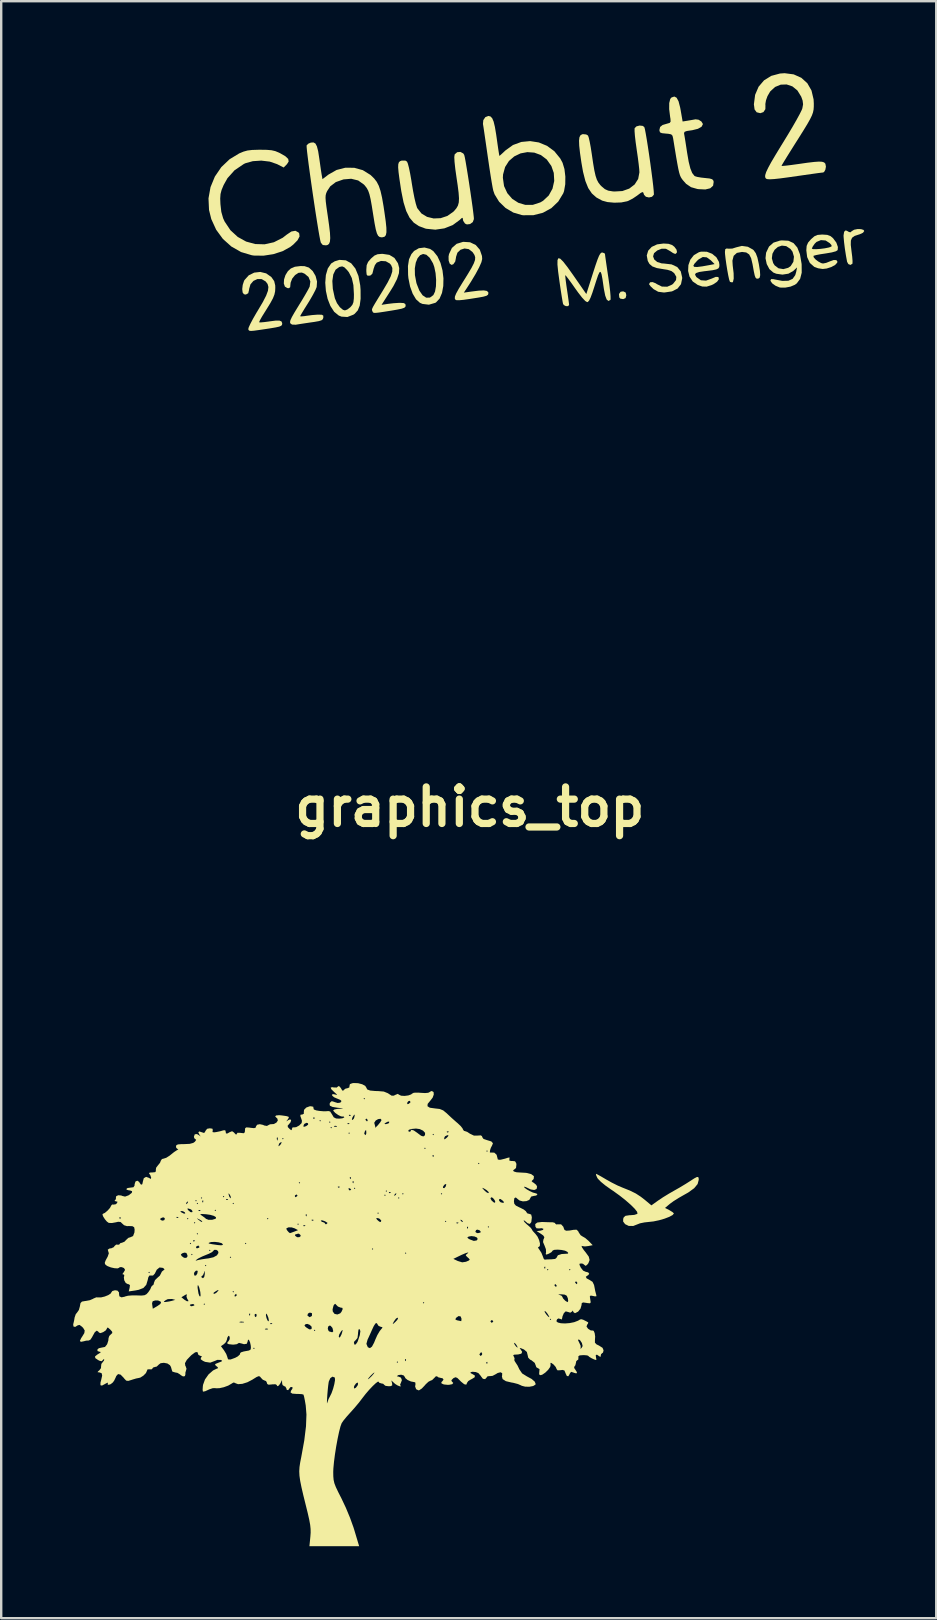
<source format=kicad_pcb>
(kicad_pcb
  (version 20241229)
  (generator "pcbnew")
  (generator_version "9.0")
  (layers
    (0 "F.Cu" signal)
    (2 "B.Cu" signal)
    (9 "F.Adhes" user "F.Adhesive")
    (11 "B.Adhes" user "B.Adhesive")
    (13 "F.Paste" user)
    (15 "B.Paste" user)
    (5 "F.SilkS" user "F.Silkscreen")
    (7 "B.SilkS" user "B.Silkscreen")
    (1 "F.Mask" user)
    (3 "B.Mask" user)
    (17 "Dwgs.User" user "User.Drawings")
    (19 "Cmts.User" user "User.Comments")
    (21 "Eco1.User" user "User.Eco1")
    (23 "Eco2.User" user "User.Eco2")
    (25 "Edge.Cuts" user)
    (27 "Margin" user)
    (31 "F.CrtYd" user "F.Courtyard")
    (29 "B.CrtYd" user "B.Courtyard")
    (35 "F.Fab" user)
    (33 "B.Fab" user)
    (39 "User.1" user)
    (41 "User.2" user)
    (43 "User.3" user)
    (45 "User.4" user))
  (footprint "graphics_top"
    (layer "F.Cu")
    (at 16.523 30.571)
    (property "Reference" "graphics_top" (at 0 0 0) (layer "F.SilkS") (effects (font (size 1.524 1.524) (thickness 0.3))))
    (attr board_only exclude_from_pos_files exclude_from_bom)
    (fp_poly (pts (xy 6.496 -21.432) (xy 6.522 -21.32) (xy 6.491 -21.202) (xy 6.393 -21.158) (xy 6.272 -21.179) (xy 6.229 -21.23) (xy 6.216 -21.372) (xy 6.285 -21.465) (xy 6.393 -21.482)) (stroke (width 0) (type solid)) (fill yes) (layer "F.SilkS"))
    (fp_poly (pts (xy 16.298 -24.075) (xy 16.405 -24.042) (xy 16.435 -23.994) (xy 16.383 -23.924) (xy 16.249 -23.861) (xy 16.212 -23.85) (xy 16.037 -23.792) (xy 15.929 -23.716) (xy 15.878 -23.599) (xy 15.874 -23.417) (xy 15.906 -23.147) (xy 15.906 -23.147) (xy 15.934 -22.926) (xy 15.948 -22.748) (xy 15.946 -22.646) (xy 15.942 -22.634) (xy 15.862 -22.583) (xy 15.773 -22.618) (xy 15.721 -22.713) (xy 15.673 -22.974) (xy 15.629 -23.258) (xy 15.595 -23.528) (xy 15.576 -23.742) (xy 15.573 -23.81) (xy 15.598 -23.966) (xy 15.665 -24.024) (xy 15.766 -23.977) (xy 15.783 -23.961) (xy 15.859 -23.941) (xy 15.916 -23.99) (xy 16.013 -24.049) (xy 16.154 -24.077)) (stroke (width 0) (type solid)) (fill yes) (layer "F.SilkS"))
    (fp_poly (pts (xy 11.585 -23.34) (xy 11.8 -23.221) (xy 11.828 -23.195) (xy 11.916 -23.072) (xy 11.985 -22.888) (xy 12.044 -22.617) (xy 12.046 -22.604) (xy 12.089 -22.334) (xy 12.1 -22.157) (xy 12.08 -22.056) (xy 12.025 -22.014) (xy 11.985 -22.01) (xy 11.939 -22.018) (xy 11.904 -22.057) (xy 11.872 -22.145) (xy 11.837 -22.304) (xy 11.792 -22.552) (xy 11.782 -22.611) (xy 11.722 -22.864) (xy 11.64 -23.021) (xy 11.519 -23.102) (xy 11.343 -23.124) (xy 11.129 -23.084) (xy 10.995 -22.962) (xy 10.943 -22.759) (xy 10.955 -22.559) (xy 10.993 -22.24) (xy 10.997 -22.011) (xy 10.967 -21.88) (xy 10.938 -21.854) (xy 10.851 -21.873) (xy 10.833 -21.894) (xy 10.805 -21.981) (xy 10.768 -22.151) (xy 10.728 -22.372) (xy 10.689 -22.614) (xy 10.657 -22.845) (xy 10.636 -23.034) (xy 10.631 -23.122) (xy 10.644 -23.238) (xy 10.704 -23.269) (xy 10.78 -23.259) (xy 10.937 -23.264) (xy 11.101 -23.316) (xy 11.337 -23.375)) (stroke (width 0) (type solid)) (fill yes) (layer "F.SilkS"))
    (fp_poly (pts (xy -1.657 -23.25) (xy -1.52 -23.159) (xy -1.348 -22.944) (xy -1.22 -22.668) (xy -1.136 -22.354) (xy -1.097 -22.026) (xy -1.104 -21.705) (xy -1.157 -21.416) (xy -1.258 -21.18) (xy -1.407 -21.021) (xy -1.439 -21.003) (xy -1.703 -20.926) (xy -1.97 -20.958) (xy -2.079 -21.006) (xy -2.239 -21.15) (xy -2.379 -21.385) (xy -2.488 -21.687) (xy -2.557 -22.032) (xy -2.57 -22.169) (xy -2.574 -22.44) (xy -2.29 -22.44) (xy -2.285 -22.16) (xy -2.227 -21.849) (xy -2.213 -21.798) (xy -2.1 -21.512) (xy -1.965 -21.317) (xy -1.816 -21.218) (xy -1.661 -21.222) (xy -1.517 -21.326) (xy -1.448 -21.471) (xy -1.409 -21.693) (xy -1.402 -21.96) (xy -1.425 -22.24) (xy -1.479 -22.5) (xy -1.533 -22.651) (xy -1.669 -22.881) (xy -1.809 -23.007) (xy -1.945 -23.039) (xy -2.07 -22.988) (xy -2.174 -22.864) (xy -2.25 -22.678) (xy -2.29 -22.44) (xy -2.574 -22.44) (xy -2.576 -22.536) (xy -2.532 -22.817) (xy -2.433 -23.033) (xy -2.321 -23.165) (xy -2.122 -23.279) (xy -1.887 -23.308)) (stroke (width 0) (type solid)) (fill yes) (layer "F.SilkS"))
    (fp_poly (pts (xy 9.876 -23.133) (xy 10.098 -23.047) (xy 10.276 -22.899) (xy 10.383 -22.707) (xy 10.401 -22.583) (xy 10.393 -22.497) (xy 10.356 -22.437) (xy 10.269 -22.395) (xy 10.112 -22.362) (xy 9.867 -22.331) (xy 9.782 -22.322) (xy 9.549 -22.287) (xy 9.42 -22.241) (xy 9.385 -22.178) (xy 9.435 -22.087) (xy 9.452 -22.069) (xy 9.63 -21.944) (xy 9.844 -21.929) (xy 10.071 -22.01) (xy 10.25 -22.085) (xy 10.352 -22.08) (xy 10.361 -22.073) (xy 10.379 -21.988) (xy 10.305 -21.884) (xy 10.156 -21.781) (xy 10.073 -21.742) (xy 9.868 -21.678) (xy 9.688 -21.683) (xy 9.497 -21.75) (xy 9.289 -21.894) (xy 9.156 -22.096) (xy 9.097 -22.331) (xy 9.108 -22.549) (xy 9.315 -22.549) (xy 9.349 -22.504) (xy 9.47 -22.496) (xy 9.686 -22.523) (xy 9.999 -22.579) (xy 10.2 -22.618) (xy 10.045 -22.774) (xy 9.873 -22.899) (xy 9.709 -22.913) (xy 9.538 -22.816) (xy 9.477 -22.761) (xy 9.361 -22.634) (xy 9.315 -22.549) (xy 9.108 -22.549) (xy 9.109 -22.575) (xy 9.19 -22.803) (xy 9.337 -22.99) (xy 9.548 -23.113) (xy 9.637 -23.136)) (stroke (width 0) (type solid)) (fill yes) (layer "F.SilkS"))
    (fp_poly (pts (xy -5.162 -22.774) (xy -4.941 -22.651) (xy -4.766 -22.432) (xy -4.638 -22.122) (xy -4.564 -21.728) (xy -4.55 -21.543) (xy -4.548 -21.171) (xy -4.585 -20.891) (xy -4.666 -20.689) (xy -4.796 -20.546) (xy -4.847 -20.511) (xy -5.099 -20.413) (xy -5.345 -20.429) (xy -5.458 -20.474) (xy -5.65 -20.63) (xy -5.806 -20.871) (xy -5.923 -21.17) (xy -5.995 -21.502) (xy -6.021 -21.841) (xy -6.015 -21.914) (xy -5.726 -21.914) (xy -5.706 -21.584) (xy -5.625 -21.211) (xy -5.619 -21.189) (xy -5.534 -20.991) (xy -5.414 -20.823) (xy -5.284 -20.713) (xy -5.201 -20.688) (xy -5.1 -20.726) (xy -4.978 -20.819) (xy -4.968 -20.829) (xy -4.891 -20.922) (xy -4.848 -21.03) (xy -4.83 -21.189) (xy -4.827 -21.36) (xy -4.849 -21.742) (xy -4.916 -22.039) (xy -5.037 -22.275) (xy -5.112 -22.37) (xy -5.226 -22.484) (xy -5.315 -22.522) (xy -5.423 -22.501) (xy -5.439 -22.495) (xy -5.591 -22.384) (xy -5.687 -22.186) (xy -5.726 -21.914) (xy -6.015 -21.914) (xy -5.996 -22.161) (xy -5.915 -22.436) (xy -5.777 -22.64) (xy -5.775 -22.642) (xy -5.628 -22.733) (xy -5.443 -22.79) (xy -5.422 -22.793)) (stroke (width 0) (type solid)) (fill yes) (layer "F.SilkS"))
    (fp_poly (pts (xy 0.012 -23.527) (xy 0.248 -23.413) (xy 0.418 -23.218) (xy 0.508 -22.957) (xy 0.517 -22.829) (xy 0.484 -22.694) (xy 0.391 -22.483) (xy 0.245 -22.21) (xy 0.055 -21.892) (xy -0.14 -21.59) (xy -0.247 -21.429) (xy 0.063 -21.473) (xy 0.372 -21.511) (xy 0.583 -21.521) (xy 0.71 -21.5) (xy 0.768 -21.448) (xy 0.776 -21.406) (xy 0.76 -21.342) (xy 0.696 -21.297) (xy 0.56 -21.259) (xy 0.374 -21.225) (xy 0.008 -21.167) (xy -0.259 -21.129) (xy -0.439 -21.112) (xy -0.547 -21.112) (xy -0.593 -21.128) (xy -0.625 -21.185) (xy -0.618 -21.27) (xy -0.565 -21.399) (xy -0.46 -21.589) (xy -0.297 -21.855) (xy -0.287 -21.871) (xy -0.079 -22.205) (xy 0.072 -22.459) (xy 0.169 -22.649) (xy 0.219 -22.791) (xy 0.226 -22.902) (xy 0.195 -22.998) (xy 0.133 -23.094) (xy 0.111 -23.122) (xy -0.043 -23.241) (xy -0.219 -23.268) (xy -0.386 -23.215) (xy -0.515 -23.093) (xy -0.574 -22.911) (xy -0.575 -22.883) (xy -0.606 -22.725) (xy -0.683 -22.614) (xy -0.757 -22.584) (xy -0.835 -22.635) (xy -0.88 -22.763) (xy -0.884 -22.934) (xy -0.865 -23.034) (xy -0.745 -23.29) (xy -0.548 -23.462) (xy -0.28 -23.544) (xy -0.272 -23.545)) (stroke (width 0) (type solid)) (fill yes) (layer "F.SilkS"))
    (fp_poly (pts (xy 8.283 -23.462) (xy 8.426 -23.414) (xy 8.525 -23.339) (xy 8.613 -23.221) (xy 8.635 -23.113) (xy 8.587 -23.05) (xy 8.551 -23.044) (xy 8.47 -23.077) (xy 8.352 -23.156) (xy 8.348 -23.159) (xy 8.173 -23.256) (xy 7.994 -23.258) (xy 7.813 -23.186) (xy 7.677 -23.072) (xy 7.638 -22.94) (xy 7.685 -22.811) (xy 7.808 -22.706) (xy 7.995 -22.647) (xy 8.084 -22.642) (xy 8.408 -22.605) (xy 8.644 -22.495) (xy 8.791 -22.314) (xy 8.849 -22.061) (xy 8.85 -22.022) (xy 8.8 -21.78) (xy 8.657 -21.598) (xy 8.426 -21.481) (xy 8.116 -21.435) (xy 8.075 -21.435) (xy 7.85 -21.465) (xy 7.666 -21.569) (xy 7.647 -21.584) (xy 7.535 -21.69) (xy 7.474 -21.772) (xy 7.471 -21.787) (xy 7.513 -21.859) (xy 7.618 -21.868) (xy 7.751 -21.815) (xy 7.793 -21.785) (xy 8.004 -21.681) (xy 8.228 -21.675) (xy 8.431 -21.764) (xy 8.479 -21.806) (xy 8.594 -21.954) (xy 8.606 -22.086) (xy 8.521 -22.234) (xy 8.518 -22.238) (xy 8.408 -22.324) (xy 8.231 -22.381) (xy 8.072 -22.405) (xy 7.795 -22.452) (xy 7.607 -22.521) (xy 7.486 -22.625) (xy 7.415 -22.751) (xy 7.374 -22.977) (xy 7.433 -23.176) (xy 7.581 -23.335) (xy 7.804 -23.439) (xy 8.074 -23.475)) (stroke (width 0) (type solid)) (fill yes) (layer "F.SilkS"))
    (fp_poly (pts (xy 13.274 -23.591) (xy 13.488 -23.493) (xy 13.647 -23.307) (xy 13.757 -23.025) (xy 13.823 -22.641) (xy 13.827 -22.599) (xy 13.83 -22.259) (xy 13.764 -22.002) (xy 13.625 -21.815) (xy 13.546 -21.756) (xy 13.364 -21.679) (xy 13.14 -21.637) (xy 12.937 -21.64) (xy 12.904 -21.647) (xy 12.736 -21.717) (xy 12.599 -21.816) (xy 12.53 -21.917) (xy 12.528 -21.937) (xy 12.555 -21.993) (xy 12.655 -21.99) (xy 12.686 -21.982) (xy 13.022 -21.918) (xy 13.275 -21.924) (xy 13.451 -22.003) (xy 13.561 -22.158) (xy 13.599 -22.287) (xy 13.636 -22.479) (xy 13.476 -22.33) (xy 13.277 -22.218) (xy 13.028 -22.179) (xy 12.769 -22.216) (xy 12.645 -22.267) (xy 12.484 -22.408) (xy 12.372 -22.621) (xy 12.322 -22.86) (xy 12.586 -22.86) (xy 12.641 -22.661) (xy 12.704 -22.563) (xy 12.865 -22.442) (xy 13.066 -22.408) (xy 13.267 -22.463) (xy 13.372 -22.537) (xy 13.482 -22.713) (xy 13.507 -22.925) (xy 13.447 -23.133) (xy 13.363 -23.248) (xy 13.185 -23.366) (xy 13.004 -23.388) (xy 12.836 -23.331) (xy 12.7 -23.213) (xy 12.611 -23.05) (xy 12.586 -22.86) (xy 12.322 -22.86) (xy 12.322 -22.865) (xy 12.346 -23.092) (xy 12.467 -23.347) (xy 12.655 -23.512) (xy 12.921 -23.596) (xy 13.001 -23.605)) (stroke (width 0) (type solid)) (fill yes) (layer "F.SilkS"))
    (fp_poly (pts (xy 14.896 -23.835) (xy 15.033 -23.782) (xy 15.136 -23.696) (xy 15.273 -23.513) (xy 15.338 -23.329) (xy 15.327 -23.199) (xy 15.255 -23.152) (xy 15.087 -23.105) (xy 14.842 -23.063) (xy 14.829 -23.061) (xy 14.608 -23.028) (xy 14.432 -22.994) (xy 14.331 -22.966) (xy 14.32 -22.959) (xy 14.329 -22.9) (xy 14.406 -22.812) (xy 14.522 -22.724) (xy 14.643 -22.659) (xy 14.717 -22.642) (xy 14.848 -22.668) (xy 15.003 -22.73) (xy 15.007 -22.732) (xy 15.163 -22.788) (xy 15.275 -22.783) (xy 15.318 -22.722) (xy 15.309 -22.677) (xy 15.223 -22.582) (xy 15.063 -22.495) (xy 14.87 -22.433) (xy 14.703 -22.414) (xy 14.513 -22.443) (xy 14.353 -22.502) (xy 14.169 -22.665) (xy 14.057 -22.908) (xy 14.022 -23.19) (xy 14.027 -23.262) (xy 14.252 -23.262) (xy 14.302 -23.242) (xy 14.432 -23.239) (xy 14.607 -23.251) (xy 14.792 -23.275) (xy 14.955 -23.308) (xy 15.015 -23.327) (xy 15.079 -23.36) (xy 15.068 -23.41) (xy 14.998 -23.491) (xy 14.826 -23.601) (xy 14.63 -23.617) (xy 14.447 -23.541) (xy 14.371 -23.467) (xy 14.289 -23.348) (xy 14.252 -23.265) (xy 14.252 -23.262) (xy 14.027 -23.262) (xy 14.036 -23.376) (xy 14.095 -23.513) (xy 14.217 -23.653) (xy 14.357 -23.776) (xy 14.489 -23.833) (xy 14.67 -23.848) (xy 14.698 -23.848)) (stroke (width 0) (type solid)) (fill yes) (layer "F.SilkS"))
    (fp_poly (pts (xy -3.35 -23.002) (xy -3.139 -22.874) (xy -2.994 -22.655) (xy -2.989 -22.642) (xy -2.939 -22.449) (xy -2.951 -22.239) (xy -3.031 -21.995) (xy -3.183 -21.698) (xy -3.327 -21.465) (xy -3.676 -20.92) (xy -3.404 -20.961) (xy -3.18 -20.987) (xy -2.956 -21.002) (xy -2.902 -21.003) (xy -2.752 -20.994) (xy -2.685 -20.955) (xy -2.672 -20.889) (xy -2.684 -20.836) (xy -2.734 -20.795) (xy -2.84 -20.759) (xy -3.023 -20.721) (xy -3.276 -20.678) (xy -3.578 -20.63) (xy -3.786 -20.599) (xy -3.918 -20.585) (xy -3.994 -20.587) (xy -4.032 -20.605) (xy -4.051 -20.639) (xy -4.058 -20.656) (xy -4.071 -20.69) (xy -4.076 -20.722) (xy -4.063 -20.768) (xy -4.026 -20.845) (xy -3.955 -20.968) (xy -3.844 -21.151) (xy -3.684 -21.412) (xy -3.612 -21.529) (xy -3.419 -21.857) (xy -3.293 -22.11) (xy -3.23 -22.304) (xy -3.226 -22.454) (xy -3.277 -22.576) (xy -3.333 -22.642) (xy -3.5 -22.736) (xy -3.7 -22.749) (xy -3.875 -22.68) (xy -3.953 -22.575) (xy -4.01 -22.414) (xy -4.017 -22.378) (xy -4.057 -22.222) (xy -4.127 -22.15) (xy -4.181 -22.135) (xy -4.26 -22.135) (xy -4.297 -22.182) (xy -4.309 -22.305) (xy -4.31 -22.385) (xy -4.296 -22.571) (xy -4.237 -22.708) (xy -4.115 -22.849) (xy -3.975 -22.971) (xy -3.843 -23.028) (xy -3.662 -23.044) (xy -3.634 -23.044)) (stroke (width 0) (type solid)) (fill yes) (layer "F.SilkS"))
    (fp_poly (pts (xy -8.458 -27.378) (xy -8.26 -27.361) (xy -8.104 -27.325) (xy -7.954 -27.263) (xy -7.905 -27.239) (xy -7.683 -27.111) (xy -7.565 -26.999) (xy -7.546 -26.892) (xy -7.618 -26.778) (xy -7.628 -26.769) (xy -7.754 -26.642) (xy -8.029 -26.783) (xy -8.335 -26.888) (xy -8.686 -26.929) (xy -9.039 -26.906) (xy -9.35 -26.819) (xy -9.413 -26.789) (xy -9.8 -26.527) (xy -10.097 -26.195) (xy -10.256 -25.91) (xy -10.341 -25.706) (xy -10.385 -25.537) (xy -10.398 -25.351) (xy -10.389 -25.119) (xy -10.352 -24.793) (xy -10.277 -24.529) (xy -10.214 -24.391) (xy -9.972 -24.029) (xy -9.668 -23.75) (xy -9.318 -23.556) (xy -8.939 -23.453) (xy -8.548 -23.442) (xy -8.161 -23.528) (xy -7.795 -23.714) (xy -7.628 -23.844) (xy -7.432 -23.976) (xy -7.264 -24.006) (xy -7.134 -23.934) (xy -7.107 -23.897) (xy -7.092 -23.77) (xy -7.176 -23.611) (xy -7.354 -23.43) (xy -7.483 -23.329) (xy -7.802 -23.154) (xy -8.186 -23.031) (xy -8.596 -22.968) (xy -8.991 -22.973) (xy -9.08 -22.986) (xy -9.528 -23.119) (xy -9.934 -23.35) (xy -10.285 -23.665) (xy -10.567 -24.05) (xy -10.77 -24.493) (xy -10.864 -24.873) (xy -10.886 -25.355) (xy -10.802 -25.824) (xy -10.621 -26.264) (xy -10.353 -26.657) (xy -10.006 -26.987) (xy -9.607 -27.229) (xy -9.428 -27.304) (xy -9.263 -27.35) (xy -9.07 -27.373) (xy -8.812 -27.381) (xy -8.735 -27.382)) (stroke (width 0) (type solid)) (fill yes) (layer "F.SilkS"))
    (fp_poly (pts (xy -8.483 -22.231) (xy -8.271 -22.081) (xy -8.261 -22.07) (xy -8.149 -21.909) (xy -8.106 -21.729) (xy -8.103 -21.632) (xy -8.11 -21.486) (xy -8.14 -21.347) (xy -8.201 -21.192) (xy -8.305 -21) (xy -8.46 -20.746) (xy -8.543 -20.615) (xy -8.658 -20.429) (xy -8.74 -20.283) (xy -8.776 -20.201) (xy -8.775 -20.192) (xy -8.71 -20.188) (xy -8.563 -20.201) (xy -8.363 -20.227) (xy -8.342 -20.231) (xy -8.089 -20.263) (xy -7.928 -20.263) (xy -7.844 -20.228) (xy -7.816 -20.155) (xy -7.815 -20.142) (xy -7.823 -20.087) (xy -7.859 -20.046) (xy -7.941 -20.012) (xy -8.089 -19.979) (xy -8.321 -19.94) (xy -8.497 -19.913) (xy -8.788 -19.87) (xy -8.984 -19.843) (xy -9.107 -19.833) (xy -9.174 -19.838) (xy -9.208 -19.86) (xy -9.226 -19.897) (xy -9.229 -19.905) (xy -9.211 -19.98) (xy -9.141 -20.132) (xy -9.03 -20.342) (xy -8.887 -20.591) (xy -8.825 -20.693) (xy -8.622 -21.036) (xy -8.485 -21.302) (xy -8.409 -21.506) (xy -8.39 -21.663) (xy -8.424 -21.789) (xy -8.505 -21.895) (xy -8.669 -21.992) (xy -8.848 -21.995) (xy -9.013 -21.918) (xy -9.137 -21.775) (xy -9.194 -21.579) (xy -9.195 -21.548) (xy -9.23 -21.404) (xy -9.329 -21.348) (xy -9.41 -21.362) (xy -9.464 -21.435) (xy -9.48 -21.577) (xy -9.46 -21.75) (xy -9.406 -21.916) (xy -9.385 -21.954) (xy -9.21 -22.149) (xy -8.982 -22.262) (xy -8.73 -22.291)) (stroke (width 0) (type solid)) (fill yes) (layer "F.SilkS"))
    (fp_poly (pts (xy -6.889 -22.533) (xy -6.703 -22.472) (xy -6.543 -22.326) (xy -6.424 -22.123) (xy -6.364 -21.892) (xy -6.379 -21.663) (xy -6.382 -21.654) (xy -6.435 -21.528) (xy -6.535 -21.337) (xy -6.665 -21.112) (xy -6.751 -20.972) (xy -6.883 -20.762) (xy -6.988 -20.589) (xy -7.053 -20.477) (xy -7.068 -20.445) (xy -7.018 -20.438) (xy -6.888 -20.45) (xy -6.795 -20.464) (xy -6.575 -20.493) (xy -6.358 -20.51) (xy -6.303 -20.512) (xy -6.161 -20.506) (xy -6.103 -20.471) (xy -6.102 -20.388) (xy -6.102 -20.387) (xy -6.122 -20.323) (xy -6.176 -20.277) (xy -6.288 -20.242) (xy -6.479 -20.208) (xy -6.609 -20.19) (xy -6.853 -20.154) (xy -7.071 -20.121) (xy -7.224 -20.096) (xy -7.25 -20.091) (xy -7.405 -20.098) (xy -7.472 -20.144) (xy -7.49 -20.196) (xy -7.473 -20.28) (xy -7.411 -20.413) (xy -7.299 -20.61) (xy -7.135 -20.878) (xy -6.978 -21.134) (xy -6.84 -21.368) (xy -6.734 -21.555) (xy -6.674 -21.673) (xy -6.67 -21.683) (xy -6.643 -21.895) (xy -6.719 -22.081) (xy -6.887 -22.22) (xy -6.997 -22.265) (xy -7.136 -22.254) (xy -7.278 -22.161) (xy -7.397 -22.015) (xy -7.464 -21.844) (xy -7.471 -21.78) (xy -7.483 -21.655) (xy -7.535 -21.614) (xy -7.6 -21.618) (xy -7.703 -21.68) (xy -7.748 -21.81) (xy -7.738 -21.979) (xy -7.679 -22.161) (xy -7.576 -22.326) (xy -7.455 -22.435) (xy -7.287 -22.507) (xy -7.061 -22.535)) (stroke (width 0) (type solid)) (fill yes) (layer "F.SilkS"))
    (fp_poly (pts (xy 5.612 -23.071) (xy 5.634 -23.03) (xy 5.643 -22.95) (xy 5.667 -22.779) (xy 5.702 -22.536) (xy 5.745 -22.244) (xy 5.772 -22.067) (xy 5.816 -21.759) (xy 5.848 -21.49) (xy 5.865 -21.282) (xy 5.867 -21.154) (xy 5.86 -21.126) (xy 5.778 -21.081) (xy 5.706 -21.139) (xy 5.644 -21.301) (xy 5.589 -21.574) (xy 5.574 -21.674) (xy 5.528 -21.993) (xy 5.489 -22.2) (xy 5.45 -22.294) (xy 5.405 -22.278) (xy 5.346 -22.152) (xy 5.267 -21.917) (xy 5.207 -21.728) (xy 5.109 -21.425) (xy 5.032 -21.219) (xy 4.971 -21.095) (xy 4.918 -21.04) (xy 4.89 -21.033) (xy 4.812 -21.08) (xy 4.684 -21.216) (xy 4.517 -21.43) (xy 4.393 -21.603) (xy 4.239 -21.822) (xy 4.11 -21.998) (xy 4.019 -22.116) (xy 3.98 -22.158) (xy 3.979 -22.158) (xy 3.98 -22.098) (xy 3.996 -21.949) (xy 4.024 -21.735) (xy 4.05 -21.558) (xy 4.087 -21.309) (xy 4.116 -21.101) (xy 4.134 -20.96) (xy 4.138 -20.918) (xy 4.097 -20.865) (xy 4.008 -20.865) (xy 3.92 -20.909) (xy 3.886 -20.961) (xy 3.868 -21.051) (xy 3.837 -21.233) (xy 3.798 -21.482) (xy 3.754 -21.777) (xy 3.734 -21.916) (xy 3.681 -22.31) (xy 3.653 -22.598) (xy 3.655 -22.782) (xy 3.692 -22.863) (xy 3.769 -22.843) (xy 3.891 -22.722) (xy 4.063 -22.502) (xy 4.291 -22.183) (xy 4.377 -22.06) (xy 4.856 -21.369) (xy 5.131 -22.235) (xy 5.239 -22.568) (xy 5.322 -22.806) (xy 5.386 -22.963) (xy 5.439 -23.054) (xy 5.487 -23.095) (xy 5.519 -23.101)) (stroke (width 0) (type solid)) (fill yes) (layer "F.SilkS"))
    (fp_poly (pts (xy 5.322 15.314) (xy 5.455 15.387) (xy 5.633 15.491) (xy 5.674 15.516) (xy 5.912 15.649) (xy 6.163 15.775) (xy 6.365 15.861) (xy 6.676 15.986) (xy 6.917 16.105) (xy 7.127 16.242) (xy 7.304 16.38) (xy 7.568 16.6) (xy 7.85 16.398) (xy 8.053 16.262) (xy 8.301 16.11) (xy 8.505 15.993) (xy 8.745 15.857) (xy 8.994 15.707) (xy 9.17 15.595) (xy 9.355 15.475) (xy 9.465 15.418) (xy 9.52 15.421) (xy 9.538 15.481) (xy 9.539 15.537) (xy 9.493 15.712) (xy 9.35 15.885) (xy 9.103 16.064) (xy 8.924 16.165) (xy 8.701 16.292) (xy 8.489 16.426) (xy 8.335 16.538) (xy 8.335 16.539) (xy 8.135 16.707) (xy 8.32 16.802) (xy 8.441 16.876) (xy 8.502 16.933) (xy 8.504 16.94) (xy 8.45 17.004) (xy 8.311 17.079) (xy 8.113 17.155) (xy 7.885 17.221) (xy 7.654 17.269) (xy 7.499 17.286) (xy 7.28 17.31) (xy 7.093 17.348) (xy 6.984 17.391) (xy 6.81 17.459) (xy 6.622 17.456) (xy 6.472 17.383) (xy 6.469 17.379) (xy 6.39 17.274) (xy 6.392 17.163) (xy 6.414 17.101) (xy 6.487 17.036) (xy 6.652 17.011) (xy 6.698 17.01) (xy 6.86 16.996) (xy 6.97 16.959) (xy 6.988 16.942) (xy 6.971 16.867) (xy 6.873 16.742) (xy 6.709 16.578) (xy 6.495 16.391) (xy 6.244 16.192) (xy 5.971 15.996) (xy 5.88 15.935) (xy 5.652 15.774) (xy 5.464 15.62) (xy 5.34 15.493) (xy 5.312 15.452) (xy 5.263 15.34) (xy 5.257 15.287) (xy 5.26 15.286)) (stroke (width 0) (type solid)) (fill yes) (layer "F.SilkS"))
    (fp_poly (pts (xy -0.271 -27.228) (xy -0.232 -27.167) (xy -0.209 -27.076) (xy -0.174 -26.892) (xy -0.131 -26.636) (xy -0.081 -26.328) (xy -0.028 -25.989) (xy 0.024 -25.641) (xy 0.073 -25.303) (xy 0.116 -24.998) (xy 0.148 -24.744) (xy 0.168 -24.565) (xy 0.172 -24.493) (xy 0.125 -24.367) (xy 0.012 -24.286) (xy -0.121 -24.27) (xy -0.199 -24.307) (xy -0.274 -24.419) (xy -0.287 -24.485) (xy -0.297 -24.546) (xy -0.34 -24.532) (xy -0.423 -24.454) (xy -0.71 -24.243) (xy -1.059 -24.106) (xy -1.435 -24.052) (xy -1.807 -24.089) (xy -1.853 -24.1) (xy -2.119 -24.2) (xy -2.335 -24.345) (xy -2.508 -24.55) (xy -2.647 -24.827) (xy -2.759 -25.189) (xy -2.852 -25.649) (xy -2.873 -25.783) (xy -2.93 -26.163) (xy -2.967 -26.445) (xy -2.984 -26.645) (xy -2.979 -26.778) (xy -2.953 -26.86) (xy -2.905 -26.905) (xy -2.84 -26.929) (xy -2.682 -26.929) (xy -2.615 -26.887) (xy -2.58 -26.804) (xy -2.534 -26.63) (xy -2.484 -26.387) (xy -2.433 -26.098) (xy -2.415 -25.979) (xy -2.362 -25.663) (xy -2.305 -25.371) (xy -2.248 -25.132) (xy -2.198 -24.972) (xy -2.185 -24.945) (xy -2.014 -24.727) (xy -1.779 -24.585) (xy -1.504 -24.519) (xy -1.214 -24.531) (xy -0.933 -24.624) (xy -0.685 -24.799) (xy -0.65 -24.834) (xy -0.557 -24.944) (xy -0.494 -25.055) (xy -0.458 -25.186) (xy -0.449 -25.357) (xy -0.465 -25.587) (xy -0.504 -25.897) (xy -0.546 -26.181) (xy -0.603 -26.582) (xy -0.635 -26.878) (xy -0.645 -27.076) (xy -0.63 -27.184) (xy -0.627 -27.191) (xy -0.525 -27.28) (xy -0.39 -27.292)) (stroke (width 0) (type solid)) (fill yes) (layer "F.SilkS"))
    (fp_poly (pts (xy 8.619 -29.548) (xy 8.699 -29.399) (xy 8.765 -29.144) (xy 8.787 -29.028) (xy 8.868 -28.559) (xy 9.074 -28.592) (xy 9.252 -28.622) (xy 9.4 -28.649) (xy 9.406 -28.65) (xy 9.533 -28.633) (xy 9.651 -28.558) (xy 9.711 -28.459) (xy 9.712 -28.446) (xy 9.657 -28.34) (xy 9.505 -28.254) (xy 9.27 -28.196) (xy 9.226 -28.19) (xy 9.045 -28.163) (xy 8.954 -28.131) (xy 8.927 -28.079) (xy 8.934 -28.025) (xy 8.953 -27.918) (xy 8.984 -27.727) (xy 9.022 -27.481) (xy 9.054 -27.268) (xy 9.12 -26.885) (xy 9.19 -26.604) (xy 9.267 -26.413) (xy 9.356 -26.298) (xy 9.381 -26.28) (xy 9.474 -26.251) (xy 9.642 -26.222) (xy 9.798 -26.205) (xy 9.992 -26.184) (xy 10.099 -26.153) (xy 10.147 -26.101) (xy 10.162 -26.043) (xy 10.138 -25.883) (xy 10.019 -25.776) (xy 9.814 -25.727) (xy 9.533 -25.74) (xy 9.482 -25.747) (xy 9.219 -25.822) (xy 9.014 -25.961) (xy 8.875 -26.118) (xy 8.829 -26.181) (xy 8.79 -26.245) (xy 8.756 -26.325) (xy 8.723 -26.435) (xy 8.688 -26.589) (xy 8.648 -26.802) (xy 8.598 -27.087) (xy 8.537 -27.459) (xy 8.473 -27.854) (xy 8.446 -27.966) (xy 8.391 -28.023) (xy 8.272 -28.047) (xy 8.173 -28.055) (xy 8.007 -28.072) (xy 7.927 -28.106) (xy 7.903 -28.175) (xy 7.902 -28.21) (xy 7.931 -28.331) (xy 8.033 -28.413) (xy 8.23 -28.472) (xy 8.232 -28.472) (xy 8.33 -28.501) (xy 8.368 -28.555) (xy 8.361 -28.671) (xy 8.348 -28.749) (xy 8.308 -29.072) (xy 8.31 -29.327) (xy 8.353 -29.499) (xy 8.404 -29.559) (xy 8.523 -29.599)) (stroke (width 0) (type solid)) (fill yes) (layer "F.SilkS"))
    (fp_poly (pts (xy 7.205 -28.376) (xy 7.271 -28.328) (xy 7.295 -28.246) (xy 7.329 -28.071) (xy 7.372 -27.822) (xy 7.42 -27.518) (xy 7.471 -27.18) (xy 7.521 -26.827) (xy 7.568 -26.479) (xy 7.61 -26.156) (xy 7.643 -25.878) (xy 7.664 -25.663) (xy 7.671 -25.533) (xy 7.669 -25.507) (xy 7.592 -25.422) (xy 7.465 -25.394) (xy 7.338 -25.423) (xy 7.26 -25.506) (xy 7.257 -25.515) (xy 7.231 -25.596) (xy 7.193 -25.619) (xy 7.117 -25.58) (xy 6.978 -25.475) (xy 6.964 -25.465) (xy 6.787 -25.346) (xy 6.603 -25.252) (xy 6.557 -25.235) (xy 6.311 -25.186) (xy 6.02 -25.176) (xy 5.736 -25.202) (xy 5.517 -25.262) (xy 5.277 -25.392) (xy 5.087 -25.561) (xy 4.935 -25.786) (xy 4.816 -26.081) (xy 4.719 -26.462) (xy 4.651 -26.849) (xy 4.593 -27.248) (xy 4.56 -27.547) (xy 4.552 -27.761) (xy 4.569 -27.903) (xy 4.613 -27.987) (xy 4.684 -28.026) (xy 4.717 -28.032) (xy 4.851 -28.019) (xy 4.925 -27.975) (xy 4.956 -27.891) (xy 4.996 -27.718) (xy 5.04 -27.482) (xy 5.082 -27.21) (xy 5.14 -26.817) (xy 5.191 -26.518) (xy 5.241 -26.297) (xy 5.295 -26.135) (xy 5.36 -26.012) (xy 5.44 -25.909) (xy 5.493 -25.855) (xy 5.629 -25.741) (xy 5.768 -25.678) (xy 5.958 -25.647) (xy 6.023 -25.642) (xy 6.357 -25.661) (xy 6.644 -25.763) (xy 6.869 -25.935) (xy 7.016 -26.165) (xy 7.068 -26.44) (xy 7.06 -26.575) (xy 7.036 -26.794) (xy 7.001 -27.069) (xy 6.957 -27.37) (xy 6.952 -27.409) (xy 6.911 -27.7) (xy 6.881 -27.957) (xy 6.866 -28.155) (xy 6.867 -28.269) (xy 6.869 -28.28) (xy 6.945 -28.356) (xy 7.075 -28.39)) (stroke (width 0) (type solid)) (fill yes) (layer "F.SilkS"))
    (fp_poly (pts (xy 0.863 -28.769) (xy 0.934 -28.695) (xy 0.994 -28.554) (xy 1.047 -28.333) (xy 1.1 -28.016) (xy 1.12 -27.876) (xy 1.159 -27.598) (xy 1.193 -27.367) (xy 1.219 -27.203) (xy 1.233 -27.127) (xy 1.234 -27.124) (xy 1.278 -27.16) (xy 1.381 -27.254) (xy 1.486 -27.353) (xy 1.8 -27.579) (xy 2.149 -27.707) (xy 2.514 -27.742) (xy 2.877 -27.686) (xy 3.22 -27.544) (xy 3.523 -27.321) (xy 3.769 -27.019) (xy 3.867 -26.837) (xy 3.945 -26.576) (xy 3.982 -26.263) (xy 3.978 -25.943) (xy 3.929 -25.663) (xy 3.896 -25.568) (xy 3.686 -25.222) (xy 3.398 -24.948) (xy 3.047 -24.756) (xy 2.651 -24.655) (xy 2.227 -24.653) (xy 2.17 -24.66) (xy 1.813 -24.765) (xy 1.489 -24.957) (xy 1.221 -25.217) (xy 1.033 -25.525) (xy 0.979 -25.68) (xy 0.953 -25.802) (xy 0.915 -26.017) (xy 0.883 -26.213) (xy 1.379 -26.213) (xy 1.428 -25.868) (xy 1.564 -25.573) (xy 1.768 -25.337) (xy 2.025 -25.171) (xy 2.317 -25.084) (xy 2.627 -25.086) (xy 2.937 -25.187) (xy 3.054 -25.255) (xy 3.29 -25.476) (xy 3.447 -25.761) (xy 3.519 -26.082) (xy 3.5 -26.416) (xy 3.4 -26.703) (xy 3.207 -26.976) (xy 2.963 -27.161) (xy 2.688 -27.262) (xy 2.399 -27.283) (xy 2.115 -27.23) (xy 1.854 -27.105) (xy 1.633 -26.915) (xy 1.472 -26.663) (xy 1.387 -26.353) (xy 1.379 -26.213) (xy 0.883 -26.213) (xy 0.868 -26.304) (xy 0.816 -26.643) (xy 0.762 -27.012) (xy 0.749 -27.1) (xy 0.696 -27.468) (xy 0.647 -27.806) (xy 0.605 -28.094) (xy 0.573 -28.312) (xy 0.552 -28.441) (xy 0.549 -28.458) (xy 0.564 -28.618) (xy 0.649 -28.741) (xy 0.776 -28.79)) (stroke (width 0) (type solid)) (fill yes) (layer "F.SilkS"))
    (fp_poly (pts (xy -6.43 -27.64) (xy -6.368 -27.521) (xy -6.316 -27.316) (xy -6.271 -27.025) (xy -6.235 -26.772) (xy -6.202 -26.541) (xy -6.176 -26.372) (xy -6.17 -26.338) (xy -6.138 -26.156) (xy -5.886 -26.348) (xy -5.55 -26.539) (xy -5.184 -26.633) (xy -4.812 -26.63) (xy -4.457 -26.531) (xy -4.141 -26.335) (xy -4.12 -26.317) (xy -3.984 -26.185) (xy -3.876 -26.045) (xy -3.79 -25.878) (xy -3.719 -25.665) (xy -3.655 -25.386) (xy -3.592 -25.023) (xy -3.555 -24.775) (xy -3.503 -24.405) (xy -3.475 -24.133) (xy -3.472 -23.944) (xy -3.496 -23.825) (xy -3.548 -23.76) (xy -3.631 -23.736) (xy -3.678 -23.733) (xy -3.755 -23.747) (xy -3.818 -23.797) (xy -3.87 -23.899) (xy -3.918 -24.07) (xy -3.967 -24.323) (xy -4.024 -24.676) (xy -4.024 -24.676) (xy -4.083 -25.048) (xy -4.133 -25.326) (xy -4.181 -25.529) (xy -4.233 -25.678) (xy -4.296 -25.792) (xy -4.374 -25.892) (xy -4.411 -25.932) (xy -4.649 -26.102) (xy -4.94 -26.173) (xy -5.263 -26.146) (xy -5.582 -26.034) (xy -5.813 -25.857) (xy -5.944 -25.658) (xy -5.982 -25.571) (xy -6.004 -25.485) (xy -6.01 -25.377) (xy -6 -25.226) (xy -5.973 -25.009) (xy -5.929 -24.705) (xy -5.918 -24.633) (xy -5.861 -24.227) (xy -5.825 -23.921) (xy -5.814 -23.7) (xy -5.827 -23.551) (xy -5.865 -23.46) (xy -5.929 -23.413) (xy -5.99 -23.399) (xy -6.125 -23.413) (xy -6.204 -23.509) (xy -6.206 -23.514) (xy -6.229 -23.605) (xy -6.265 -23.791) (xy -6.311 -24.056) (xy -6.364 -24.383) (xy -6.423 -24.758) (xy -6.484 -25.162) (xy -6.546 -25.581) (xy -6.606 -25.999) (xy -6.662 -26.398) (xy -6.712 -26.764) (xy -6.752 -27.08) (xy -6.782 -27.33) (xy -6.797 -27.498) (xy -6.797 -27.566) (xy -6.724 -27.637) (xy -6.622 -27.679) (xy -6.512 -27.687)) (stroke (width 0) (type solid)) (fill yes) (layer "F.SilkS"))
    (fp_poly (pts (xy 13.496 -30.522) (xy 13.815 -30.379) (xy 14.065 -30.152) (xy 14.238 -29.849) (xy 14.325 -29.48) (xy 14.334 -29.308) (xy 14.333 -29.17) (xy 14.324 -29.052) (xy 14.3 -28.937) (xy 14.255 -28.811) (xy 14.181 -28.659) (xy 14.072 -28.465) (xy 13.92 -28.214) (xy 13.718 -27.891) (xy 13.555 -27.634) (xy 13.376 -27.349) (xy 13.219 -27.098) (xy 13.096 -26.897) (xy 13.016 -26.763) (xy 12.987 -26.71) (xy 13.041 -26.708) (xy 13.186 -26.721) (xy 13.401 -26.747) (xy 13.666 -26.784) (xy 13.691 -26.787) (xy 14.068 -26.841) (xy 14.348 -26.874) (xy 14.546 -26.888) (xy 14.678 -26.881) (xy 14.761 -26.855) (xy 14.809 -26.809) (xy 14.817 -26.794) (xy 14.839 -26.678) (xy 14.815 -26.549) (xy 14.761 -26.454) (xy 14.719 -26.434) (xy 14.646 -26.426) (xy 14.48 -26.405) (xy 14.24 -26.371) (xy 13.944 -26.329) (xy 13.677 -26.291) (xy 13.251 -26.23) (xy 12.926 -26.187) (xy 12.687 -26.161) (xy 12.52 -26.151) (xy 12.413 -26.155) (xy 12.352 -26.173) (xy 12.336 -26.185) (xy 12.306 -26.241) (xy 12.309 -26.325) (xy 12.348 -26.45) (xy 12.43 -26.625) (xy 12.558 -26.861) (xy 12.74 -27.169) (xy 12.978 -27.56) (xy 13.046 -27.67) (xy 13.258 -28.017) (xy 13.452 -28.343) (xy 13.618 -28.633) (xy 13.748 -28.871) (xy 13.831 -29.039) (xy 13.856 -29.105) (xy 13.887 -29.275) (xy 13.868 -29.43) (xy 13.81 -29.592) (xy 13.652 -29.85) (xy 13.443 -30.021) (xy 13.203 -30.102) (xy 12.955 -30.094) (xy 12.719 -29.997) (xy 12.517 -29.81) (xy 12.404 -29.617) (xy 12.341 -29.439) (xy 12.315 -29.286) (xy 12.318 -29.235) (xy 12.316 -29.073) (xy 12.236 -28.951) (xy 12.106 -28.905) (xy 11.952 -28.943) (xy 11.866 -29.062) (xy 11.838 -29.273) (xy 11.838 -29.276) (xy 11.889 -29.671) (xy 12.033 -30.007) (xy 12.26 -30.273) (xy 12.561 -30.46) (xy 12.925 -30.558) (xy 13.119 -30.571)) (stroke (width 0) (type solid)) (fill yes) (layer "F.SilkS"))
    (fp_poly (pts (xy -4.654 11.51) (xy -4.483 11.554) (xy -4.356 11.621) (xy -4.31 11.695) (xy -4.272 11.771) (xy -4.152 11.816) (xy -3.935 11.836) (xy -3.825 11.838) (xy -3.581 11.859) (xy -3.409 11.929) (xy -3.372 11.955) (xy -3.256 12.03) (xy -3.166 12.03) (xy -3.104 11.998) (xy -3 11.955) (xy -2.943 11.992) (xy -2.861 12.031) (xy -2.718 12.04) (xy -2.562 12.02) (xy -2.442 11.977) (xy -2.41 11.948) (xy -2.329 11.907) (xy -2.152 11.903) (xy -2.046 11.911) (xy -1.865 11.921) (xy -1.735 11.91) (xy -1.693 11.891) (xy -1.612 11.842) (xy -1.577 11.838) (xy -1.508 11.879) (xy -1.5 11.982) (xy -1.547 12.112) (xy -1.641 12.234) (xy -1.755 12.372) (xy -1.762 12.47) (xy -1.663 12.532) (xy -1.453 12.561) (xy -1.453 12.561) (xy -1.253 12.584) (xy -1.108 12.643) (xy -0.959 12.765) (xy -0.936 12.788) (xy -0.756 12.956) (xy -0.565 13.126) (xy -0.503 13.178) (xy -0.377 13.297) (xy -0.299 13.397) (xy -0.287 13.431) (xy -0.242 13.497) (xy -0.207 13.505) (xy -0.108 13.538) (xy 0.007 13.614) (xy 0.176 13.695) (xy 0.33 13.692) (xy 0.462 13.684) (xy 0.513 13.722) (xy 0.517 13.753) (xy 0.572 13.832) (xy 0.719 13.882) (xy 0.897 13.936) (xy 0.965 14.011) (xy 0.933 14.096) (xy 0.876 14.206) (xy 0.846 14.299) (xy 0.836 14.394) (xy 0.886 14.404) (xy 0.902 14.399) (xy 1.023 14.404) (xy 1.118 14.492) (xy 1.149 14.611) (xy 1.169 14.69) (xy 1.25 14.703) (xy 1.307 14.694) (xy 1.469 14.654) (xy 1.576 14.619) (xy 1.655 14.603) (xy 1.654 14.66) (xy 1.651 14.669) (xy 1.65 14.735) (xy 1.733 14.752) (xy 1.77 14.75) (xy 1.886 14.763) (xy 1.935 14.843) (xy 1.943 14.898) (xy 1.927 15.041) (xy 1.872 15.091) (xy 1.804 15.141) (xy 1.835 15.188) (xy 1.946 15.221) (xy 2.065 15.229) (xy 2.352 15.246) (xy 2.556 15.297) (xy 2.665 15.377) (xy 2.672 15.393) (xy 2.662 15.502) (xy 2.623 15.541) (xy 2.575 15.59) (xy 2.623 15.638) (xy 2.662 15.658) (xy 2.767 15.745) (xy 2.805 15.819) (xy 2.783 15.918) (xy 2.685 15.96) (xy 2.541 15.938) (xy 2.454 15.897) (xy 2.333 15.838) (xy 2.263 15.822) (xy 2.259 15.824) (xy 2.283 15.866) (xy 2.377 15.935) (xy 2.505 16.008) (xy 2.632 16.067) (xy 2.722 16.09) (xy 2.803 16.119) (xy 2.816 16.148) (xy 2.767 16.191) (xy 2.672 16.205) (xy 2.56 16.233) (xy 2.529 16.285) (xy 2.48 16.372) (xy 2.361 16.423) (xy 2.213 16.434) (xy 2.075 16.398) (xy 2.011 16.349) (xy 1.917 16.27) (xy 1.858 16.3) (xy 1.839 16.427) (xy 1.855 16.534) (xy 1.921 16.61) (xy 2.066 16.684) (xy 2.098 16.697) (xy 2.248 16.773) (xy 2.341 16.847) (xy 2.356 16.878) (xy 2.404 16.938) (xy 2.471 16.952) (xy 2.558 16.982) (xy 2.585 17.09) (xy 2.585 17.111) (xy 2.564 17.295) (xy 2.504 17.373) (xy 2.409 17.344) (xy 2.363 17.304) (xy 2.279 17.234) (xy 2.241 17.231) (xy 2.241 17.233) (xy 2.282 17.299) (xy 2.384 17.397) (xy 2.413 17.42) (xy 2.524 17.519) (xy 2.583 17.592) (xy 2.585 17.602) (xy 2.624 17.668) (xy 2.718 17.77) (xy 2.732 17.783) (xy 2.823 17.902) (xy 2.89 18.049) (xy 2.925 18.191) (xy 2.918 18.296) (xy 2.872 18.332) (xy 2.839 18.358) (xy 2.896 18.44) (xy 2.986 18.58) (xy 3.039 18.713) (xy 3.081 18.825) (xy 3.122 18.863) (xy 3.122 18.863) (xy 3.199 18.854) (xy 3.344 18.849) (xy 3.39 18.849) (xy 3.556 18.832) (xy 3.619 18.781) (xy 3.62 18.769) (xy 3.673 18.678) (xy 3.828 18.628) (xy 3.974 18.619) (xy 4.087 18.612) (xy 4.102 18.581) (xy 4.06 18.533) (xy 3.968 18.488) (xy 3.823 18.458) (xy 3.662 18.445) (xy 3.526 18.453) (xy 3.452 18.482) (xy 3.448 18.495) (xy 3.401 18.551) (xy 3.297 18.612) (xy 3.193 18.652) (xy 3.164 18.629) (xy 3.178 18.56) (xy 3.172 18.428) (xy 3.115 18.276) (xy 3.113 18.272) (xy 3.053 18.13) (xy 3.068 18.024) (xy 3.081 18.002) (xy 3.107 17.924) (xy 3.059 17.853) (xy 2.966 17.787) (xy 2.787 17.673) (xy 2.946 17.654) (xy 3.049 17.624) (xy 3.072 17.58) (xy 2.997 17.551) (xy 2.906 17.56) (xy 2.786 17.557) (xy 2.736 17.493) (xy 2.727 17.38) (xy 2.813 17.315) (xy 2.998 17.293) (xy 3.085 17.295) (xy 3.271 17.302) (xy 3.421 17.305) (xy 3.462 17.306) (xy 3.548 17.332) (xy 3.563 17.362) (xy 3.607 17.396) (xy 3.663 17.389) (xy 3.806 17.391) (xy 3.899 17.493) (xy 3.918 17.556) (xy 3.949 17.627) (xy 4.023 17.657) (xy 4.163 17.648) (xy 4.326 17.619) (xy 4.452 17.614) (xy 4.521 17.683) (xy 4.538 17.724) (xy 4.619 17.844) (xy 4.699 17.896) (xy 4.809 17.959) (xy 4.94 18.071) (xy 4.964 18.095) (xy 5.121 18.259) (xy 4.939 18.295) (xy 4.798 18.311) (xy 4.708 18.3) (xy 4.706 18.299) (xy 4.657 18.288) (xy 4.674 18.347) (xy 4.75 18.462) (xy 4.829 18.559) (xy 4.957 18.736) (xy 4.993 18.877) (xy 4.942 19.009) (xy 4.91 19.053) (xy 4.833 19.122) (xy 4.79 19.093) (xy 4.715 19.033) (xy 4.648 19.021) (xy 4.577 19.03) (xy 4.57 19.075) (xy 4.624 19.189) (xy 4.626 19.194) (xy 4.723 19.319) (xy 4.825 19.366) (xy 4.934 19.393) (xy 4.977 19.451) (xy 4.933 19.509) (xy 4.917 19.516) (xy 4.835 19.574) (xy 4.867 19.641) (xy 4.993 19.708) (xy 5.115 19.787) (xy 5.178 19.918) (xy 5.194 19.997) (xy 5.227 20.169) (xy 5.262 20.303) (xy 5.267 20.318) (xy 5.279 20.384) (xy 5.22 20.393) (xy 5.145 20.377) (xy 5.036 20.357) (xy 5.002 20.394) (xy 5.019 20.514) (xy 5.02 20.519) (xy 5.039 20.639) (xy 5.008 20.681) (xy 4.9 20.671) (xy 4.856 20.663) (xy 4.722 20.645) (xy 4.666 20.673) (xy 4.655 20.762) (xy 4.655 20.762) (xy 4.613 20.903) (xy 4.514 21.027) (xy 4.395 21.089) (xy 4.377 21.09) (xy 4.314 21.045) (xy 4.309 21.018) (xy 4.294 20.981) (xy 4.259 21.024) (xy 4.188 21.072) (xy 4.099 21.043) (xy 3.997 21.017) (xy 3.921 21.09) (xy 3.919 21.093) (xy 3.863 21.224) (xy 3.85 21.297) (xy 3.83 21.358) (xy 3.778 21.333) (xy 3.689 21.311) (xy 3.635 21.351) (xy 3.608 21.427) (xy 3.67 21.481) (xy 3.798 21.512) (xy 3.97 21.52) (xy 4.162 21.505) (xy 4.351 21.467) (xy 4.514 21.404) (xy 4.578 21.364) (xy 4.636 21.343) (xy 4.722 21.364) (xy 4.865 21.436) (xy 4.936 21.477) (xy 4.925 21.524) (xy 4.893 21.568) (xy 4.864 21.648) (xy 4.928 21.738) (xy 4.939 21.748) (xy 5.042 21.811) (xy 5.109 21.812) (xy 5.163 21.828) (xy 5.204 21.925) (xy 5.224 22.066) (xy 5.215 22.214) (xy 5.214 22.32) (xy 5.281 22.392) (xy 5.381 22.44) (xy 5.532 22.536) (xy 5.574 22.639) (xy 5.551 22.734) (xy 5.517 22.757) (xy 5.468 22.804) (xy 5.459 22.854) (xy 5.444 22.918) (xy 5.39 22.883) (xy 5.295 22.818) (xy 5.248 22.845) (xy 5.258 22.929) (xy 5.275 23.02) (xy 5.265 23.044) (xy 5.181 23.02) (xy 5.068 22.966) (xy 4.972 22.907) (xy 4.942 22.874) (xy 4.891 22.851) (xy 4.765 22.84) (xy 4.722 22.84) (xy 4.578 22.851) (xy 4.524 22.888) (xy 4.527 22.943) (xy 4.52 23.027) (xy 4.489 23.044) (xy 4.436 23.092) (xy 4.425 23.155) (xy 4.397 23.267) (xy 4.364 23.305) (xy 4.347 23.371) (xy 4.402 23.452) (xy 4.468 23.557) (xy 4.442 23.603) (xy 4.335 23.574) (xy 4.319 23.566) (xy 4.224 23.536) (xy 4.174 23.595) (xy 4.166 23.619) (xy 4.108 23.719) (xy 4.045 23.71) (xy 3.99 23.594) (xy 3.987 23.584) (xy 3.944 23.48) (xy 3.86 23.456) (xy 3.785 23.468) (xy 3.658 23.474) (xy 3.62 23.425) (xy 3.581 23.335) (xy 3.493 23.233) (xy 3.4 23.166) (xy 3.373 23.159) (xy 3.358 23.202) (xy 3.37 23.245) (xy 3.35 23.333) (xy 3.266 23.452) (xy 3.146 23.569) (xy 3.023 23.653) (xy 2.947 23.676) (xy 2.889 23.644) (xy 2.896 23.536) (xy 2.897 23.532) (xy 2.906 23.422) (xy 2.849 23.389) (xy 2.846 23.389) (xy 2.77 23.342) (xy 2.758 23.298) (xy 2.706 23.163) (xy 2.567 23.052) (xy 2.514 23.028) (xy 2.434 22.945) (xy 2.414 22.852) (xy 2.378 22.707) (xy 2.258 22.605) (xy 2.155 22.561) (xy 2.079 22.541) (xy 2.098 22.578) (xy 2.112 22.592) (xy 2.184 22.704) (xy 2.148 22.78) (xy 2.011 22.813) (xy 1.976 22.814) (xy 1.844 22.822) (xy 1.808 22.852) (xy 1.831 22.891) (xy 1.868 22.975) (xy 1.858 23.006) (xy 1.861 23.072) (xy 1.906 23.144) (xy 1.988 23.269) (xy 2.065 23.429) (xy 2.066 23.432) (xy 2.181 23.602) (xy 2.378 23.725) (xy 2.578 23.833) (xy 2.706 23.944) (xy 2.745 24.041) (xy 2.736 24.068) (xy 2.643 24.127) (xy 2.485 24.157) (xy 2.31 24.154) (xy 2.165 24.117) (xy 2.143 24.104) (xy 2.006 24.044) (xy 1.816 23.994) (xy 1.739 23.981) (xy 1.504 23.925) (xy 1.368 23.838) (xy 1.338 23.723) (xy 1.347 23.694) (xy 1.351 23.592) (xy 1.281 23.554) (xy 1.161 23.585) (xy 1.087 23.631) (xy 0.951 23.703) (xy 0.84 23.715) (xy 0.835 23.713) (xy 0.739 23.723) (xy 0.71 23.763) (xy 0.639 23.841) (xy 0.547 23.826) (xy 0.468 23.725) (xy 0.463 23.712) (xy 0.358 23.588) (xy 0.249 23.545) (xy 0.11 23.533) (xy 0.032 23.552) (xy 0.036 23.59) (xy 0.105 23.626) (xy 0.212 23.69) (xy 0.205 23.761) (xy 0.083 23.838) (xy 0.057 23.848) (xy -0.062 23.92) (xy -0.115 23.995) (xy -0.115 23.999) (xy -0.146 24.071) (xy -0.232 24.052) (xy -0.365 23.944) (xy -0.406 23.902) (xy -0.516 23.793) (xy -0.59 23.761) (xy -0.667 23.792) (xy -0.692 23.809) (xy -0.767 23.887) (xy -0.751 23.932) (xy -0.689 24) (xy -0.73 24.051) (xy -0.866 24.077) (xy -0.916 24.078) (xy -1.081 24.062) (xy -1.176 24.02) (xy -1.184 23.964) (xy -1.15 23.935) (xy -1.093 23.862) (xy -1.135 23.803) (xy -1.203 23.791) (xy -1.315 23.763) (xy -1.353 23.729) (xy -1.409 23.719) (xy -1.475 23.787) (xy -1.568 23.878) (xy -1.639 23.906) (xy -1.721 23.948) (xy -1.834 24.053) (xy -1.88 24.107) (xy -1.997 24.23) (xy -2.104 24.301) (xy -2.134 24.308) (xy -2.234 24.261) (xy -2.277 24.147) (xy -2.262 24.05) (xy -2.271 23.976) (xy -2.319 23.963) (xy -2.454 23.937) (xy -2.591 23.875) (xy -2.684 23.799) (xy -2.701 23.76) (xy -2.749 23.689) (xy -2.857 23.655) (xy -2.975 23.671) (xy -2.996 23.682) (xy -3.037 23.722) (xy -2.972 23.733) (xy -2.867 23.778) (xy -2.828 23.881) (xy -2.866 23.984) (xy -2.902 24.067) (xy -2.892 24.098) (xy -2.869 24.141) (xy -2.917 24.139) (xy -3.004 24.105) (xy -3.099 24.047) (xy -3.139 24.014) (xy -3.268 23.893) (xy -3.236 24.014) (xy -3.231 24.099) (xy -3.293 24.132) (xy -3.384 24.136) (xy -3.508 24.12) (xy -3.563 24.081) (xy -3.563 24.078) (xy -3.611 24.032) (xy -3.678 24.021) (xy -3.771 23.992) (xy -3.793 23.952) (xy -3.826 23.944) (xy -3.915 24.008) (xy -4.042 24.127) (xy -4.19 24.283) (xy -4.34 24.458) (xy -4.469 24.624) (xy -4.62 24.821) (xy -4.809 25.046) (xy -4.972 25.228) (xy -5.127 25.401) (xy -5.257 25.558) (xy -5.334 25.669) (xy -5.337 25.674) (xy -5.388 25.812) (xy -5.446 26.039) (xy -5.507 26.327) (xy -5.566 26.649) (xy -5.618 26.98) (xy -5.658 27.292) (xy -5.683 27.56) (xy -5.689 27.706) (xy -5.686 27.891) (xy -5.673 28.04) (xy -5.641 28.179) (xy -5.58 28.338) (xy -5.482 28.544) (xy -5.349 28.805) (xy -5.166 29.192) (xy -4.989 29.618) (xy -4.843 30.024) (xy -4.809 30.134) (xy -4.609 30.802) (xy -6.681 30.802) (xy -6.642 30.406) (xy -6.63 30.241) (xy -6.632 30.085) (xy -6.65 29.911) (xy -6.689 29.697) (xy -6.752 29.418) (xy -6.831 29.099) (xy -6.936 28.675) (xy -7.013 28.342) (xy -7.066 28.079) (xy -7.096 27.865) (xy -7.105 27.681) (xy -7.095 27.506) (xy -7.067 27.318) (xy -7.024 27.099) (xy -7.021 27.085) (xy -6.896 26.397) (xy -6.824 25.808) (xy -6.805 25.314) (xy -6.835 24.936) (xy -6.863 24.776) (xy -5.951 24.776) (xy -5.95 24.849) (xy -5.94 24.835) (xy -5.939 24.83) (xy -5.882 24.665) (xy -5.832 24.571) (xy -5.76 24.426) (xy -5.694 24.239) (xy -5.678 24.179) (xy -4.827 24.179) (xy -4.811 24.234) (xy -4.747 24.198) (xy -4.741 24.193) (xy -4.668 24.092) (xy -4.655 24.035) (xy -4.67 23.98) (xy -4.735 24.016) (xy -4.741 24.021) (xy -4.814 24.122) (xy -4.827 24.179) (xy -5.678 24.179) (xy -5.643 24.046) (xy -5.615 23.882) (xy -5.617 23.847) (xy -4.246 23.847) (xy -4.244 23.848) (xy -4.189 23.811) (xy -4.093 23.719) (xy -4.08 23.705) (xy -3.998 23.61) (xy -3.971 23.562) (xy -3.974 23.561) (xy -4.029 23.599) (xy -4.124 23.691) (xy -4.138 23.705) (xy -4.22 23.8) (xy -4.246 23.847) (xy -5.617 23.847) (xy -5.621 23.782) (xy -5.628 23.772) (xy -5.721 23.737) (xy -5.81 23.798) (xy -5.873 23.938) (xy -5.88 23.973) (xy -5.899 24.109) (xy -5.917 24.282) (xy -5.933 24.467) (xy -5.945 24.641) (xy -5.951 24.776) (xy -6.863 24.776) (xy -6.871 24.728) (xy -6.904 24.567) (xy -6.929 24.486) (xy -6.932 24.483) (xy -7.003 24.465) (xy -7.147 24.457) (xy -7.217 24.457) (xy -7.397 24.443) (xy -7.47 24.39) (xy -7.436 24.299) (xy -7.408 24.269) (xy -7.377 24.199) (xy -7.409 24.167) (xy -7.478 24.177) (xy -7.506 24.218) (xy -7.566 24.298) (xy -7.624 24.29) (xy -7.643 24.222) (xy -7.689 24.146) (xy -7.729 24.136) (xy -7.8 24.086) (xy -7.819 24.006) (xy -7.823 23.877) (xy -7.886 24.006) (xy -7.954 24.105) (xy -8.017 24.136) (xy -8.045 24.085) (xy -8.045 24.082) (xy -8.095 24.055) (xy -8.217 24.056) (xy -8.246 24.061) (xy -8.384 24.072) (xy -8.441 24.041) (xy -8.448 24) (xy -8.489 23.919) (xy -8.53 23.906) (xy -8.625 23.863) (xy -8.693 23.792) (xy -8.743 23.731) (xy -8.796 23.717) (xy -8.884 23.753) (xy -9.035 23.847) (xy -9.056 23.861) (xy -9.267 23.971) (xy -9.476 24.036) (xy -9.653 24.05) (xy -9.769 24.008) (xy -9.78 23.995) (xy -9.85 23.982) (xy -9.924 24.028) (xy -10.062 24.109) (xy -10.248 24.177) (xy -10.436 24.218) (xy -10.58 24.221) (xy -10.6 24.215) (xy -10.71 24.217) (xy -10.859 24.268) (xy -10.891 24.284) (xy -11.023 24.344) (xy -11.109 24.361) (xy -11.119 24.356) (xy -11.131 24.284) (xy -11.122 24.142) (xy -11.113 24.076) (xy -11.033 23.855) (xy -10.883 23.642) (xy -10.695 23.478) (xy -10.568 23.416) (xy -10.487 23.382) (xy -10.506 23.339) (xy -10.555 23.3) (xy -10.614 23.246) (xy -10.594 23.206) (xy -10.48 23.159) (xy -10.462 23.152) (xy -10.406 23.13) (xy -3.046 23.13) (xy -3.017 23.159) (xy 0.69 23.159) (xy 0.711 23.206) (xy 0.728 23.197) (xy 0.735 23.129) (xy 0.728 23.121) (xy 0.694 23.128) (xy 0.69 23.159) (xy -3.017 23.159) (xy -2.988 23.13) (xy -3.017 23.101) (xy -3.046 23.13) (xy -10.406 23.13) (xy -10.34 23.104) (xy -10.318 23.071) (xy -10.369 23.044) (xy -2.701 23.044) (xy -2.68 23.091) (xy -2.663 23.082) (xy -2.656 23.014) (xy -2.663 23.006) (xy -2.697 23.013) (xy -2.701 23.044) (xy -10.369 23.044) (xy -10.376 23.04) (xy -10.52 23.038) (xy -10.615 23.079) (xy -10.814 23.153) (xy -11.024 23.121) (xy -11.111 23.082) (xy -11.208 23.014) (xy -11.206 22.954) (xy -11.192 22.938) (xy -11.162 22.884) (xy -11.223 22.871) (xy -11.306 22.83) (xy -11.321 22.785) (xy -11.352 22.708) (xy -11.445 22.725) (xy -11.593 22.835) (xy -11.617 22.857) (xy -11.789 23.037) (xy -11.866 23.175) (xy -11.853 23.282) (xy -11.837 23.304) (xy -11.802 23.409) (xy -11.817 23.458) (xy -11.85 23.577) (xy -11.847 23.633) (xy -11.869 23.715) (xy -11.948 23.728) (xy -12.047 23.67) (xy -12.068 23.647) (xy -12.179 23.579) (xy -12.276 23.561) (xy -12.39 23.527) (xy -12.414 23.461) (xy -12.45 23.333) (xy -12.493 23.259) (xy -12.599 23.188) (xy -12.744 23.16) (xy -12.882 23.177) (xy -12.965 23.24) (xy -12.967 23.245) (xy -13.045 23.318) (xy -13.108 23.331) (xy -13.198 23.359) (xy -13.217 23.395) (xy -13.263 23.435) (xy -13.332 23.43) (xy -13.428 23.434) (xy -13.447 23.485) (xy -13.493 23.588) (xy -13.601 23.697) (xy -13.728 23.776) (xy -13.792 23.792) (xy -13.9 23.813) (xy -14.057 23.86) (xy -14.089 23.871) (xy -14.23 23.914) (xy -14.315 23.902) (xy -14.393 23.82) (xy -14.421 23.783) (xy -14.548 23.653) (xy -14.654 23.629) (xy -14.73 23.712) (xy -14.743 23.748) (xy -14.815 23.9) (xy -14.871 23.978) (xy -14.96 24.049) (xy -15.045 24.078) (xy -15.09 24.059) (xy -15.076 24.006) (xy -15.086 23.985) (xy -15.168 24.024) (xy -15.193 24.04) (xy -15.325 24.109) (xy -15.388 24.093) (xy -15.387 23.986) (xy -15.356 23.868) (xy -15.316 23.69) (xy -15.338 23.594) (xy -15.429 23.56) (xy -15.447 23.559) (xy -15.509 23.55) (xy -15.479 23.509) (xy -15.437 23.476) (xy -15.365 23.381) (xy -15.362 23.309) (xy -15.35 23.206) (xy -15.311 23.156) (xy -15.241 23.066) (xy -15.229 23.022) (xy -15.253 23.005) (xy -15.283 23.041) (xy -15.337 23.093) (xy -15.419 23.078) (xy -15.483 23.046) (xy -15.603 22.964) (xy -15.613 22.893) (xy -15.514 22.813) (xy -15.473 22.789) (xy -15.38 22.729) (xy -15.391 22.703) (xy -15.415 22.701) (xy -15.508 22.672) (xy -15.518 22.612) (xy -15.458 22.553) (xy -15.342 22.527) (xy -15.199 22.499) (xy -15.173 22.467) (xy -10.367 22.467) (xy -10.237 22.644) (xy -10.148 22.79) (xy -10.1 22.92) (xy -10.098 22.935) (xy -10.07 23.016) (xy -9.982 23.023) (xy -9.944 23.014) (xy -9.777 22.953) (xy -9.667 22.894) (xy -9.582 22.817) (xy 0.402 22.817) (xy 0.446 22.87) (xy 0.46 22.871) (xy 0.51 22.825) (xy 0.517 22.782) (xy 0.489 22.722) (xy 0.46 22.728) (xy 0.404 22.801) (xy 0.402 22.817) (xy -9.582 22.817) (xy -9.581 22.817) (xy -9.566 22.76) (xy -9.534 22.724) (xy -9.419 22.688) (xy -9.349 22.675) (xy -9.197 22.647) (xy -9.129 22.604) (xy -9.123 22.555) (xy -9.022 22.555) (xy -8.993 22.584) (xy -8.965 22.555) (xy -8.993 22.527) (xy -9.022 22.555) (xy -9.123 22.555) (xy -9.119 22.515) (xy -9.126 22.438) (xy -9.151 22.324) (xy -4.827 22.324) (xy -4.804 22.404) (xy -4.749 22.392) (xy -4.734 22.37) (xy -4.307 22.37) (xy -4.25 22.506) (xy -4.242 22.514) (xy -4.16 22.549) (xy -4.075 22.485) (xy -3.99 22.327) (xy 1.847 22.327) (xy 1.859 22.381) (xy 1.915 22.464) (xy 1.975 22.522) (xy 1.99 22.527) (xy 1.982 22.486) (xy 1.942 22.414) (xy 1.879 22.337) (xy 1.847 22.327) (xy -3.99 22.327) (xy -3.984 22.314) (xy -3.946 22.221) (xy 4.512 22.221) (xy 4.564 22.327) (xy 4.62 22.452) (xy 4.62 22.543) (xy 4.604 22.584) (xy 4.656 22.543) (xy 4.702 22.462) (xy 4.674 22.345) (xy 4.666 22.327) (xy 4.596 22.221) (xy 4.534 22.182) (xy 4.512 22.221) (xy -3.946 22.221) (xy -3.936 22.195) (xy -3.852 22.006) (xy -3.756 21.843) (xy -3.718 21.794) (xy -3.644 21.704) (xy -3.648 21.669) (xy -3.698 21.665) (xy -3.801 21.621) (xy -3.829 21.579) (xy -3.855 21.538) (xy -3.211 21.538) (xy -3.193 21.539) (xy -3.112 21.469) (xy -3.08 21.435) (xy 0.862 21.435) (xy 0.906 21.491) (xy 0.919 21.492) (xy 0.975 21.449) (xy 0.977 21.435) (xy 0.933 21.379) (xy 0.919 21.377) (xy 0.864 21.421) (xy 0.862 21.435) (xy -3.08 21.435) (xy -3.022 21.373) (xy -3.011 21.352) (xy -0.602 21.352) (xy -0.536 21.388) (xy -0.506 21.394) (xy -0.398 21.416) (xy -0.359 21.427) (xy -0.348 21.386) (xy -0.346 21.349) (xy 3.333 21.349) (xy 3.362 21.377) (xy 3.39 21.349) (xy 3.362 21.32) (xy 3.333 21.349) (xy -0.346 21.349) (xy -0.345 21.32) (xy -0.382 21.226) (xy -0.469 21.213) (xy -0.571 21.287) (xy -0.602 21.352) (xy -3.011 21.352) (xy -2.988 21.308) (xy -3.015 21.277) (xy -3.079 21.323) (xy -3.153 21.425) (xy -3.169 21.452) (xy -3.211 21.538) (xy -3.855 21.538) (xy -3.875 21.505) (xy -3.929 21.519) (xy -4 21.629) (xy -4.077 21.794) (xy -4.159 21.979) (xy -4.229 22.132) (xy -4.259 22.195) (xy -4.307 22.37) (xy -4.734 22.37) (xy -4.682 22.295) (xy -4.664 22.254) (xy -4.582 22.008) (xy -4.558 21.838) (xy -4.593 21.754) (xy -4.636 21.775) (xy -4.654 21.904) (xy -4.655 21.942) (xy -4.678 22.123) (xy -4.741 22.203) (xy -4.817 22.279) (xy -4.827 22.324) (xy -9.151 22.324) (xy -9.155 22.307) (xy -9.195 22.217) (xy -9.233 22.19) (xy -9.252 22.247) (xy -9.252 22.261) (xy -9.29 22.366) (xy -9.405 22.385) (xy -9.506 22.356) (xy -9.616 22.33) (xy -9.654 22.352) (xy -9.705 22.384) (xy -9.833 22.401) (xy -9.884 22.401) (xy -10.047 22.384) (xy -10.114 22.342) (xy -10.075 22.281) (xy -10.057 22.268) (xy -10.009 22.187) (xy -9.999 22.118) (xy -10.016 22.061) (xy -5.459 22.061) (xy -5.441 22.112) (xy -5.397 22.077) (xy -5.346 21.978) (xy -5.319 21.895) (xy -5.297 21.796) (xy -5.319 21.8) (xy -5.37 21.862) (xy -5.44 21.983) (xy -5.459 22.061) (xy -10.016 22.061) (xy -10.022 22.04) (xy -10.057 22.038) (xy -10.105 22.12) (xy -10.114 22.182) (xy -10.158 22.295) (xy -10.24 22.379) (xy -10.367 22.467) (xy -15.173 22.467) (xy -15.115 22.395) (xy -15.103 22.369) (xy -15.059 22.229) (xy -15.051 22.134) (xy -15.02 22.041) (xy -14.959 21.979) (xy -14.894 21.919) (xy -14.902 21.862) (xy -14.95 21.808) (xy -6.494 21.808) (xy -6.465 21.837) (xy -6.436 21.808) (xy -6.465 21.78) (xy -6.494 21.808) (xy -14.95 21.808) (xy -14.984 21.77) (xy -14.989 21.766) (xy -8.538 21.766) (xy -8.481 21.775) (xy -8.406 21.765) (xy -8.406 21.745) (xy -8.483 21.731) (xy -8.516 21.74) (xy -8.538 21.766) (xy -14.989 21.766) (xy -15.076 21.692) (xy -15.112 21.705) (xy -15.114 21.724) (xy -15.162 21.806) (xy -15.27 21.88) (xy -15.387 21.923) (xy -15.451 21.899) (xy -15.474 21.865) (xy -15.54 21.819) (xy -15.623 21.885) (xy -15.722 22.062) (xy -15.732 22.084) (xy -15.803 22.193) (xy -15.874 22.231) (xy -15.875 22.231) (xy -15.983 22.237) (xy -16.08 22.262) (xy -16.207 22.287) (xy -16.243 22.244) (xy -16.191 22.131) (xy -16.154 22.076) (xy -16.06 21.922) (xy -16.044 21.813) (xy -16.108 21.707) (xy -16.154 21.659) (xy -16.233 21.6) (xy -6.888 21.6) (xy -6.847 21.659) (xy -6.809 21.689) (xy -6.687 21.766) (xy -6.614 21.763) (xy -6.597 21.744) (xy -5.916 21.744) (xy -5.881 21.833) (xy -5.847 21.857) (xy -5.73 21.888) (xy -5.69 21.851) (xy -5.689 21.842) (xy -5.721 21.707) (xy -5.797 21.619) (xy -5.839 21.607) (xy -5.902 21.651) (xy -5.916 21.744) (xy -6.597 21.744) (xy -6.585 21.73) (xy -6.591 21.653) (xy -6.667 21.579) (xy -6.768 21.539) (xy -6.839 21.55) (xy -6.888 21.6) (xy -16.233 21.6) (xy -16.259 21.581) (xy -16.334 21.598) (xy -16.338 21.601) (xy -16.441 21.665) (xy -16.513 21.646) (xy -16.523 21.556) (xy -16.52 21.544) (xy -16.512 21.511) (xy -8.313 21.511) (xy -8.306 21.546) (xy -8.275 21.55) (xy -8.228 21.529) (xy -8.237 21.511) (xy -8.305 21.505) (xy -8.313 21.511) (xy -16.512 21.511) (xy -16.502 21.471) (xy -9.605 21.471) (xy -9.528 21.481) (xy -9.511 21.481) (xy -9.412 21.475) (xy -9.404 21.457) (xy -9.409 21.455) (xy -9.523 21.443) (xy -9.581 21.452) (xy -9.605 21.471) (xy -16.502 21.471) (xy -16.483 21.388) (xy -16.465 21.275) (xy -16.422 21.148) (xy -9.195 21.148) (xy -9.174 21.195) (xy -9.156 21.186) (xy -9.155 21.173) (xy -8.965 21.173) (xy -8.946 21.256) (xy -8.896 21.231) (xy -8.881 21.209) (xy -8.884 21.18) (xy -8.494 21.18) (xy -8.469 21.295) (xy -8.426 21.397) (xy -8.387 21.435) (xy -8.37 21.388) (xy -8.395 21.274) (xy -8.4 21.26) (xy -8.433 21.181) (xy -6.764 21.181) (xy -6.756 21.199) (xy -6.672 21.26) (xy -6.586 21.213) (xy -6.577 21.2) (xy -6.573 21.109) (xy -6.588 21.087) (xy -6.666 21.067) (xy -6.742 21.109) (xy -6.764 21.181) (xy -8.433 21.181) (xy -8.448 21.147) (xy -8.483 21.108) (xy -8.486 21.109) (xy -8.494 21.18) (xy -8.884 21.18) (xy -8.888 21.135) (xy -8.906 21.119) (xy -8.956 21.132) (xy -8.965 21.173) (xy -9.155 21.173) (xy -9.149 21.118) (xy -9.156 21.109) (xy -9.19 21.117) (xy -9.195 21.148) (xy -16.422 21.148) (xy -16.418 21.136) (xy -16.356 21.059) (xy -16.286 20.958) (xy -16.279 20.932) (xy -5.716 20.932) (xy -5.708 21.023) (xy -5.635 21.121) (xy -5.517 21.147) (xy -5.398 21.099) (xy -5.346 21.036) (xy -5.331 21.002) (xy 3.115 21.002) (xy 3.129 21.056) (xy 3.19 21.147) (xy 3.264 21.231) (xy 3.315 21.262) (xy 3.302 21.221) (xy 3.243 21.121) (xy 3.24 21.117) (xy 3.165 21.024) (xy 3.116 21.001) (xy 3.115 21.002) (xy -5.331 21.002) (xy -5.294 20.919) (xy -5.312 20.869) (xy -5.381 20.86) (xy -5.491 20.817) (xy -5.546 20.764) (xy -5.605 20.701) (xy -5.651 20.734) (xy -5.679 20.783) (xy -5.716 20.932) (xy -16.279 20.932) (xy -16.244 20.806) (xy -16.243 20.797) (xy -16.22 20.675) (xy -13.237 20.675) (xy -13.23 20.745) (xy -13.206 20.907) (xy -13.012 20.793) (xy -12.962 20.758) (xy -11.666 20.758) (xy -11.619 20.798) (xy -11.583 20.803) (xy -11.49 20.776) (xy -11.472 20.758) (xy -11.495 20.721) (xy -11.527 20.717) (xy -11.091 20.717) (xy -11.062 20.745) (xy -11.033 20.717) (xy -11.062 20.688) (xy -11.091 20.717) (xy -11.527 20.717) (xy -11.555 20.712) (xy -11.646 20.732) (xy -11.666 20.758) (xy -12.962 20.758) (xy -12.891 20.708) (xy -12.87 20.659) (xy -1.954 20.659) (xy -1.925 20.688) (xy -1.896 20.659) (xy -1.925 20.63) (xy -1.954 20.659) (xy -12.87 20.659) (xy -12.863 20.643) (xy -12.884 20.608) (xy -12.885 20.608) (xy -12.745 20.608) (xy -12.733 20.626) (xy -12.67 20.625) (xy -12.524 20.604) (xy -12.413 20.578) (xy -12.269 20.538) (xy -12.407 20.501) (xy -12.581 20.507) (xy -12.664 20.547) (xy -12.745 20.608) (xy -12.885 20.608) (xy -12.987 20.563) (xy -13.102 20.561) (xy -13.209 20.594) (xy -13.237 20.675) (xy -16.22 20.675) (xy -16.218 20.669) (xy -16.158 20.609) (xy -16.026 20.585) (xy -15.998 20.583) (xy -15.829 20.551) (xy -15.701 20.496) (xy -15.686 20.485) (xy -15.561 20.432) (xy -15.479 20.436) (xy -15.362 20.435) (xy -15.209 20.398) (xy -15.062 20.339) (xy -14.962 20.274) (xy -14.941 20.237) (xy -14.893 20.169) (xy -14.783 20.137) (xy -14.678 20.152) (xy -14.613 20.229) (xy -14.614 20.29) (xy -14.599 20.39) (xy -14.509 20.433) (xy -14.492 20.429) (xy -12.015 20.429) (xy -11.889 20.531) (xy -11.788 20.593) (xy -11.726 20.596) (xy -11.731 20.548) (xy -11.766 20.507) (xy -11.804 20.404) (xy -11.796 20.359) (xy -11.786 20.305) (xy -11.838 20.321) (xy -11.889 20.352) (xy -12.015 20.429) (xy -14.492 20.429) (xy -14.376 20.405) (xy -14.357 20.395) (xy -14.239 20.365) (xy -14.052 20.35) (xy -13.877 20.352) (xy -13.674 20.358) (xy -13.549 20.343) (xy -13.467 20.299) (xy -13.394 20.218) (xy -13.312 20.097) (xy -13.277 20.012) (xy -11.341 20.012) (xy -11.336 20.068) (xy -11.303 20.273) (xy -11.265 20.378) (xy -11.23 20.4) (xy -11.216 20.351) (xy -11.216 20.343) (xy -9.798 20.343) (xy -9.793 20.396) (xy -9.773 20.4) (xy -9.714 20.359) (xy -9.712 20.343) (xy -9.721 20.316) (xy 3.693 20.316) (xy 3.721 20.324) (xy 3.822 20.364) (xy 3.85 20.4) (xy 3.891 20.482) (xy 3.979 20.575) (xy 4.067 20.629) (xy 4.079 20.63) (xy 4.101 20.583) (xy 4.086 20.472) (xy 4.041 20.367) (xy 3.957 20.32) (xy 3.818 20.306) (xy 3.708 20.306) (xy 3.693 20.316) (xy -9.721 20.316) (xy -9.731 20.287) (xy -9.737 20.286) (xy -9.786 20.326) (xy -9.798 20.343) (xy -11.216 20.343) (xy -11.222 20.277) (xy -10.68 20.277) (xy -10.638 20.286) (xy -10.565 20.246) (xy -10.518 20.199) (xy -9.884 20.199) (xy -9.855 20.228) (xy -9.827 20.199) (xy -9.855 20.171) (xy -9.884 20.199) (xy -10.518 20.199) (xy -10.509 20.19) (xy -10.462 20.126) (xy -10.495 20.13) (xy -10.559 20.163) (xy -10.667 20.234) (xy -10.68 20.277) (xy -11.222 20.277) (xy -11.226 20.227) (xy -11.233 20.185) (xy -11.271 20.027) (xy -11.309 19.938) (xy -11.336 19.929) (xy -11.341 20.012) (xy -13.277 20.012) (xy -13.275 20.007) (xy -13.275 20.003) (xy -13.234 19.943) (xy -13.217 19.941) (xy -13.195 19.918) (xy 3.525 19.918) (xy 3.534 19.941) (xy 3.586 19.996) (xy 3.595 19.998) (xy 3.62 19.954) (xy 3.62 19.941) (xy 3.576 19.885) (xy 3.56 19.883) (xy 3.525 19.918) (xy -13.195 19.918) (xy -13.17 19.893) (xy -13.16 19.827) (xy -13.15 19.804) (xy 4.387 19.804) (xy 4.396 19.826) (xy 4.448 19.881) (xy 4.457 19.883) (xy 4.482 19.839) (xy 4.482 19.826) (xy 4.438 19.771) (xy 4.421 19.768) (xy 4.387 19.804) (xy -13.15 19.804) (xy -13.115 19.715) (xy -13.016 19.619) (xy -12.965 19.574) (xy -11.186 19.574) (xy -11.177 19.597) (xy -11.117 19.636) (xy -11.065 19.585) (xy -11.041 19.467) (xy -11.041 19.435) (xy -11.049 19.336) (xy -11.061 19.348) (xy -11.074 19.409) (xy -11.115 19.51) (xy -11.156 19.538) (xy -11.186 19.574) (xy -12.965 19.574) (xy -12.913 19.528) (xy -12.876 19.456) (xy -11.493 19.456) (xy -11.464 19.531) (xy -11.403 19.518) (xy -11.354 19.444) (xy -11.336 19.35) (xy -11.344 19.323) (xy -11.408 19.321) (xy -11.472 19.384) (xy -11.493 19.456) (xy -12.876 19.456) (xy -12.872 19.449) (xy -12.828 19.359) (xy -12.777 19.318) (xy -12.727 19.28) (xy 3.218 19.28) (xy 3.247 19.309) (xy 3.276 19.28) (xy 4.138 19.28) (xy 4.166 19.309) (xy 4.195 19.28) (xy 4.166 19.251) (xy 4.138 19.28) (xy 3.276 19.28) (xy 3.247 19.251) (xy 3.218 19.28) (xy -12.727 19.28) (xy -12.717 19.272) (xy -12.752 19.228) (xy -12.799 19.202) (xy -12.877 19.194) (xy 3.103 19.194) (xy 3.124 19.241) (xy 3.141 19.232) (xy 3.148 19.164) (xy 3.141 19.155) (xy 3.107 19.163) (xy 3.103 19.194) (xy -12.877 19.194) (xy -12.927 19.188) (xy -13.042 19.282) (xy -13.123 19.444) (xy -13.197 19.524) (xy -13.271 19.523) (xy -13.348 19.524) (xy -13.393 19.596) (xy -13.419 19.712) (xy -13.48 19.912) (xy -13.598 20.042) (xy -13.796 20.119) (xy -13.929 20.145) (xy -14.21 20.186) (xy -14.172 20.035) (xy -14.159 19.924) (xy -14.209 19.885) (xy -14.244 19.883) (xy -14.334 19.834) (xy -14.397 19.721) (xy -14.413 19.593) (xy -14.394 19.536) (xy -14.405 19.486) (xy -14.432 19.481) (xy -14.475 19.464) (xy -14.435 19.412) (xy -14.425 19.395) (xy -13.39 19.395) (xy -13.361 19.424) (xy -13.332 19.395) (xy -13.361 19.366) (xy -13.39 19.395) (xy -14.425 19.395) (xy -14.374 19.314) (xy -14.367 19.275) (xy -14.409 19.212) (xy -14.501 19.173) (xy -14.585 19.175) (xy -14.608 19.199) (xy -14.671 19.226) (xy -14.8 19.219) (xy -14.954 19.185) (xy -15.092 19.132) (xy -15.132 19.107) (xy -11.033 19.107) (xy -11.005 19.136) (xy -10.976 19.107) (xy -11.005 19.079) (xy -11.033 19.107) (xy -15.132 19.107) (xy -15.136 19.105) (xy -15.196 19.051) (xy -15.208 18.989) (xy -15.172 18.895) (xy -11.424 18.895) (xy -11.402 18.901) (xy -11.321 18.879) (xy -11.178 18.85) (xy -11.049 18.83) (xy -0.685 18.83) (xy -0.5 18.918) (xy -0.316 18.974) (xy -0.158 18.95) (xy -0.045 18.901) (xy 0 18.864) (xy -0.04 18.809) (xy -0.101 18.756) (xy -0.167 18.689) (xy -0.139 18.638) (xy -0.115 18.621) (xy -0.058 18.572) (xy -0.088 18.566) (xy -0.189 18.598) (xy -0.344 18.664) (xy -0.414 18.698) (xy -0.685 18.83) (xy -11.049 18.83) (xy -10.981 18.82) (xy -10.885 18.809) (xy -10.679 18.763) (xy -10.679 18.763) (xy -9.999 18.763) (xy -9.97 18.791) (xy -9.942 18.763) (xy -9.97 18.734) (xy -9.999 18.763) (xy -10.679 18.763) (xy -10.534 18.682) (xy -10.477 18.59) (xy -2.701 18.59) (xy -2.672 18.619) (xy -2.643 18.59) (xy -2.672 18.562) (xy -2.701 18.59) (xy -10.477 18.59) (xy -10.471 18.582) (xy -10.489 18.502) (xy -10.56 18.454) (xy -10.647 18.453) (xy -10.689 18.499) (xy -10.738 18.548) (xy -10.863 18.613) (xy -10.962 18.653) (xy -11.147 18.73) (xy -11.302 18.807) (xy -11.35 18.837) (xy -11.424 18.895) (xy -15.172 18.895) (xy -15.169 18.887) (xy -15.086 18.736) (xy -15.055 18.645) (xy -12.038 18.645) (xy -12.005 18.712) (xy -11.905 18.784) (xy -11.811 18.788) (xy -11.761 18.729) (xy -11.764 18.676) (xy -11.777 18.648) (xy -11.608 18.648) (xy -11.579 18.676) (xy -11.551 18.648) (xy -11.579 18.619) (xy -11.608 18.648) (xy -11.777 18.648) (xy -11.808 18.582) (xy -11.892 18.569) (xy -11.978 18.597) (xy -12.038 18.645) (xy -15.055 18.645) (xy -15.038 18.596) (xy -15.059 18.53) (xy -15.074 18.475) (xy -10.861 18.475) (xy -10.832 18.504) (xy -10.804 18.475) (xy -10.832 18.447) (xy -10.861 18.475) (xy -15.074 18.475) (xy -15.083 18.446) (xy -15.041 18.418) (xy -4.08 18.418) (xy -4.051 18.447) (xy -4.023 18.418) (xy -4.051 18.389) (xy -4.08 18.418) (xy -15.041 18.418) (xy -15.008 18.396) (xy -14.938 18.389) (xy -14.834 18.342) (xy -14.826 18.332) (xy -11.407 18.332) (xy -11.394 18.381) (xy -11.353 18.389) (xy -11.274 18.359) (xy -11.263 18.332) (xy -11.305 18.276) (xy -11.317 18.274) (xy -11.395 18.316) (xy -11.407 18.332) (xy -14.826 18.332) (xy -14.803 18.297) (xy -14.732 18.233) (xy -14.682 18.238) (xy -14.608 18.239) (xy -14.596 18.215) (xy -14.569 18.188) (xy -11.666 18.188) (xy -11.637 18.217) (xy -11.608 18.188) (xy -11.626 18.17) (xy -10.885 18.17) (xy -10.861 18.193) (xy -10.736 18.218) (xy -10.717 18.221) (xy -10.494 18.254) (xy -10.362 18.264) (xy -10.3 18.252) (xy -10.286 18.223) (xy -10.324 18.188) (xy -9.367 18.188) (xy -9.338 18.217) (xy -9.31 18.188) (xy -9.338 18.159) (xy -9.367 18.188) (xy -10.324 18.188) (xy -10.337 18.176) (xy -10.461 18.141) (xy -10.617 18.122) (xy -10.764 18.127) (xy -10.82 18.14) (xy -10.885 18.17) (xy -11.626 18.17) (xy -11.637 18.159) (xy -11.666 18.188) (xy -14.569 18.188) (xy -14.549 18.168) (xy -14.495 18.159) (xy -14.387 18.114) (xy -14.34 18.064) (xy -11.532 18.064) (xy -11.524 18.098) (xy -11.493 18.102) (xy -11.446 18.081) (xy -11.455 18.064) (xy -11.523 18.057) (xy -11.532 18.064) (xy -14.34 18.064) (xy -14.322 18.044) (xy -14.223 17.953) (xy -14.155 17.933) (xy -0.102 17.933) (xy -0.071 17.976) (xy 0 18.018) (xy 0.167 18.081) (xy 0.287 18.062) (xy 0.33 18.003) (xy 0.301 17.942) (xy 0.2 17.897) (xy 0.067 17.88) (xy -0.043 17.899) (xy -0.102 17.933) (xy -14.155 17.933) (xy -14.142 17.929) (xy -14.029 17.879) (xy -14.019 17.852) (xy -7.28 17.852) (xy -7.269 17.872) (xy -7.195 17.926) (xy -7.105 17.927) (xy -7.047 17.884) (xy -7.049 17.84) (xy -7.119 17.779) (xy -7.167 17.782) (xy -7.257 17.811) (xy -7.278 17.814) (xy -7.28 17.852) (xy -14.019 17.852) (xy -13.994 17.786) (xy -11.378 17.786) (xy -11.35 17.814) (xy -11.321 17.786) (xy -11.35 17.757) (xy -11.378 17.786) (xy -13.994 17.786) (xy -13.972 17.729) (xy -13.964 17.609) (xy -13.97 17.58) (xy -7.643 17.58) (xy -7.61 17.643) (xy -7.542 17.721) (xy -7.492 17.757) (xy -7.435 17.739) (xy -7.346 17.706) (xy 0.231 17.706) (xy 0.298 17.753) (xy 0.345 17.757) (xy 0.438 17.735) (xy 0.46 17.706) (xy 0.414 17.643) (xy 0.323 17.611) (xy 0.264 17.627) (xy 0.231 17.706) (xy -7.346 17.706) (xy -7.316 17.695) (xy -7.316 17.695) (xy -7.155 17.633) (xy -7.293 17.559) (xy -7.393 17.527) (xy -0.115 17.527) (xy -0.094 17.574) (xy -0.077 17.565) (xy -0.07 17.498) (xy 0.747 17.498) (xy 0.776 17.527) (xy 0.805 17.498) (xy 0.776 17.47) (xy 0.747 17.498) (xy -0.07 17.498) (xy -0.07 17.497) (xy -0.077 17.489) (xy -0.111 17.497) (xy -0.115 17.527) (xy -7.393 17.527) (xy -7.423 17.518) (xy -7.551 17.516) (xy -7.633 17.553) (xy -7.643 17.58) (xy -13.97 17.58) (xy -13.983 17.513) (xy -14.054 17.468) (xy -14.205 17.461) (xy -14.28 17.466) (xy -14.395 17.431) (xy -6.934 17.431) (xy -6.926 17.466) (xy -6.896 17.47) (xy -6.849 17.449) (xy -6.858 17.431) (xy -6.926 17.424) (xy -6.934 17.431) (xy -14.395 17.431) (xy -14.403 17.429) (xy -14.453 17.383) (xy -7.183 17.383) (xy -7.155 17.412) (xy -7.126 17.383) (xy -7.155 17.355) (xy -7.183 17.383) (xy -14.453 17.383) (xy -14.475 17.364) (xy -14.514 17.326) (xy -11.493 17.326) (xy -11.464 17.355) (xy -11.436 17.326) (xy -11.464 17.297) (xy -11.493 17.326) (xy -14.514 17.326) (xy -14.549 17.293) (xy -14.65 17.284) (xy -14.75 17.307) (xy -14.911 17.336) (xy -15.037 17.331) (xy -15.044 17.329) (xy -15.12 17.275) (xy -15.193 17.189) (xy -12.897 17.189) (xy -12.821 17.237) (xy -12.735 17.221) (xy -12.7 17.159) (xy -12.704 17.154) (xy -11.781 17.154) (xy -11.752 17.182) (xy -11.723 17.154) (xy -11.736 17.141) (xy -11.366 17.141) (xy -11.356 17.158) (xy -11.295 17.208) (xy -11.193 17.283) (xy -11.152 17.29) (xy -11.148 17.271) (xy -11.194 17.228) (xy -11.278 17.181) (xy -11.366 17.141) (xy -11.736 17.141) (xy -11.752 17.125) (xy -11.781 17.154) (xy -12.704 17.154) (xy -12.742 17.103) (xy -12.814 17.108) (xy -12.893 17.152) (xy -12.897 17.189) (xy -15.193 17.189) (xy -15.203 17.177) (xy -15.236 17.125) (xy -14.596 17.125) (xy -14.575 17.172) (xy -14.558 17.163) (xy -14.551 17.095) (xy -14.558 17.087) (xy -12.221 17.087) (xy -12.213 17.121) (xy -12.183 17.125) (xy -12.136 17.104) (xy -12.144 17.087) (xy -12.213 17.08) (xy -12.221 17.087) (xy -14.558 17.087) (xy -14.592 17.094) (xy -14.596 17.125) (xy -15.236 17.125) (xy -15.272 17.069) (xy -15.305 16.983) (xy -15.295 16.967) (xy -11.226 16.967) (xy -11.211 16.995) (xy -11.177 17.017) (xy -11.05 17.108) (xy -10.986 17.164) (xy -10.883 17.203) (xy -10.735 17.202) (xy -10.734 17.202) (xy -6.589 17.202) (xy -6.582 17.236) (xy -6.551 17.24) (xy -6.547 17.238) (xy -6.206 17.238) (xy -6.16 17.291) (xy -6.12 17.297) (xy -6.044 17.33) (xy -6.034 17.358) (xy -5.998 17.391) (xy -5.973 17.381) (xy -5.927 17.337) (xy -5.93 17.328) (xy -5.948 17.316) (xy -0.556 17.316) (xy -0.548 17.351) (xy -0.517 17.355) (xy -0.47 17.334) (xy -0.479 17.316) (xy -0.547 17.31) (xy -0.556 17.316) (xy -5.948 17.316) (xy -6.033 17.263) (xy -6.138 17.225) (xy -6.202 17.227) (xy -6.206 17.238) (xy -6.547 17.238) (xy -6.504 17.219) (xy -6.513 17.202) (xy -6.581 17.195) (xy -6.589 17.202) (xy -10.734 17.202) (xy -10.603 17.162) (xy -10.591 17.154) (xy -8.448 17.154) (xy -8.419 17.182) (xy -8.39 17.154) (xy -8.415 17.128) (xy -3.898 17.128) (xy -3.877 17.178) (xy -3.856 17.204) (xy -3.768 17.28) (xy -3.702 17.291) (xy -3.697 17.269) (xy -1.034 17.269) (xy -1.006 17.297) (xy -0.977 17.269) (xy -1.006 17.24) (xy -1.034 17.269) (xy -3.697 17.269) (xy -3.69 17.234) (xy -3.692 17.225) (xy -3.719 17.199) (xy -0.393 17.199) (xy -0.379 17.231) (xy -0.321 17.293) (xy -0.288 17.28) (xy -0.287 17.272) (xy -0.328 17.223) (xy -0.354 17.206) (xy -0.393 17.199) (xy -3.719 17.199) (xy -3.763 17.155) (xy -3.824 17.133) (xy -3.898 17.128) (xy -8.415 17.128) (xy -8.419 17.125) (xy -8.448 17.154) (xy -10.591 17.154) (xy -10.578 17.145) (xy -10.575 17.092) (xy -10.663 17.038) (xy -10.76 17.01) (xy -6.838 17.01) (xy -6.817 17.057) (xy -6.8 17.048) (xy -6.793 16.98) (xy -6.8 16.972) (xy -6.834 16.98) (xy -6.838 17.01) (xy -10.76 17.01) (xy -10.817 16.994) (xy -10.987 16.97) (xy -11.156 16.96) (xy -11.226 16.967) (xy -15.295 16.967) (xy -15.286 16.952) (xy -15.201 16.912) (xy -15.126 16.848) (xy -12.064 16.848) (xy -12.022 16.887) (xy -12.01 16.895) (xy -11.905 16.946) (xy -11.855 16.937) (xy -11.859 16.924) (xy -3.85 16.924) (xy -3.821 16.952) (xy -3.793 16.924) (xy -3.821 16.895) (xy -3.85 16.924) (xy -11.859 16.924) (xy -11.867 16.895) (xy -11.949 16.845) (xy -11.999 16.838) (xy -12.064 16.848) (xy -15.126 16.848) (xy -15.089 16.816) (xy -15.032 16.753) (xy -11.763 16.753) (xy -11.723 16.809) (xy -11.633 16.883) (xy -11.566 16.885) (xy -11.551 16.844) (xy -11.584 16.799) (xy -11.302 16.799) (xy -11.294 16.833) (xy -11.263 16.838) (xy -11.216 16.817) (xy -11.22 16.809) (xy -10.631 16.809) (xy -10.602 16.838) (xy -10.574 16.809) (xy -10.602 16.78) (xy -10.631 16.809) (xy -11.22 16.809) (xy -11.225 16.799) (xy -11.293 16.792) (xy -11.302 16.799) (xy -11.584 16.799) (xy -11.597 16.782) (xy -11.642 16.758) (xy -11.749 16.725) (xy -11.763 16.753) (xy -15.032 16.753) (xy -14.99 16.705) (xy -14.942 16.615) (xy -14.941 16.609) (xy -14.9 16.563) (xy -14.859 16.569) (xy -14.758 16.557) (xy -14.744 16.546) (xy -11.824 16.546) (xy -11.816 16.55) (xy -11.779 16.521) (xy -11.378 16.521) (xy -11.35 16.55) (xy -11.321 16.521) (xy -9.884 16.521) (xy -9.855 16.55) (xy -9.827 16.521) (xy -9.855 16.493) (xy -9.884 16.521) (xy -11.321 16.521) (xy -11.35 16.493) (xy -11.378 16.521) (xy -11.779 16.521) (xy -11.764 16.51) (xy -11.752 16.493) (xy -11.737 16.439) (xy -11.745 16.435) (xy -11.797 16.476) (xy -11.809 16.493) (xy -11.824 16.546) (xy -14.744 16.546) (xy -14.708 16.518) (xy -14.674 16.452) (xy -14.741 16.431) (xy -14.747 16.431) (xy -14.806 16.416) (xy -14.795 16.407) (xy -11.436 16.407) (xy -11.407 16.435) (xy -11.148 16.435) (xy -11.127 16.483) (xy -11.11 16.474) (xy -11.103 16.405) (xy -11.11 16.397) (xy -11.144 16.405) (xy -11.148 16.435) (xy -11.407 16.435) (xy -11.378 16.407) (xy -11.407 16.378) (xy -11.436 16.407) (xy -14.795 16.407) (xy -14.786 16.398) (xy -14.747 16.34) (xy -10.152 16.34) (xy -10.144 16.374) (xy -10.114 16.378) (xy -10.067 16.357) (xy -10.076 16.34) (xy -10.144 16.333) (xy -10.152 16.34) (xy -14.747 16.34) (xy -14.741 16.33) (xy -14.747 16.295) (xy -14.746 16.292) (xy -11.206 16.292) (xy -11.177 16.32) (xy -11.148 16.292) (xy -11.177 16.263) (xy -11.206 16.292) (xy -14.746 16.292) (xy -14.732 16.218) (xy -14.645 16.178) (xy -14.524 16.188) (xy -14.476 16.208) (xy -14.361 16.235) (xy -14.359 16.234) (xy -10.286 16.234) (xy -10.258 16.263) (xy -10.229 16.234) (xy -10.258 16.205) (xy -10.286 16.234) (xy -14.359 16.234) (xy -14.22 16.183) (xy -14.196 16.169) (xy -14.146 16.129) (xy -10.052 16.129) (xy -10.021 16.232) (xy -9.978 16.298) (xy -9.958 16.298) (xy -9.958 16.292) (xy -2.988 16.292) (xy -2.96 16.32) (xy -2.948 16.309) (xy 0.862 16.309) (xy 0.904 16.392) (xy 0.991 16.471) (xy 1.048 16.493) (xy 1.063 16.451) (xy 1.045 16.406) (xy 1.22 16.406) (xy 1.284 16.471) (xy 1.366 16.493) (xy 1.429 16.485) (xy 1.408 16.441) (xy 1.364 16.396) (xy 1.277 16.334) (xy 1.231 16.334) (xy 1.22 16.406) (xy 1.045 16.406) (xy 1.034 16.378) (xy 0.963 16.29) (xy 0.894 16.262) (xy 0.862 16.307) (xy 0.862 16.309) (xy -2.948 16.309) (xy -2.931 16.292) (xy -2.96 16.263) (xy -2.988 16.292) (xy -9.958 16.292) (xy -9.961 16.234) (xy -9.973 16.208) (xy -7.29 16.208) (xy -7.271 16.257) (xy -7.244 16.254) (xy -7.182 16.206) (xy -7.179 16.19) (xy -7.19 16.177) (xy -3.563 16.177) (xy -3.534 16.205) (xy -3.53 16.202) (xy -3.147 16.202) (xy -3.139 16.205) (xy -3.086 16.165) (xy -3.074 16.148) (xy -3.067 16.119) (xy -2.816 16.119) (xy -2.787 16.148) (xy -2.758 16.119) (xy -1.207 16.119) (xy -1.178 16.148) (xy -1.149 16.119) (xy -1.178 16.09) (xy -1.207 16.119) (xy -2.758 16.119) (xy -2.787 16.09) (xy -2.816 16.119) (xy -3.067 16.119) (xy -3.06 16.094) (xy -3.068 16.09) (xy -3.12 16.131) (xy -3.132 16.148) (xy -3.147 16.202) (xy -3.53 16.202) (xy -3.505 16.177) (xy -3.534 16.148) (xy -3.563 16.177) (xy -7.19 16.177) (xy -7.216 16.145) (xy -7.274 16.177) (xy -7.29 16.208) (xy -9.973 16.208) (xy -9.992 16.167) (xy -10.043 16.099) (xy -10.052 16.129) (xy -14.146 16.129) (xy -14.081 16.078) (xy -14.076 16.052) (xy -3.371 16.052) (xy -3.363 16.086) (xy -3.333 16.09) (xy -3.286 16.069) (xy -3.295 16.052) (xy -3.363 16.045) (xy -3.371 16.052) (xy -14.076 16.052) (xy -14.069 16.01) (xy -14.084 16.004) (xy -3.505 16.004) (xy -3.477 16.033) (xy -3.448 16.004) (xy -3.477 15.976) (xy -3.505 16.004) (xy -14.084 16.004) (xy -14.161 15.977) (xy -14.198 15.976) (xy -14.289 15.951) (xy -14.309 15.918) (xy -14.305 15.915) (xy -5.057 15.915) (xy -5.015 15.973) (xy -5 15.976) (xy -4.944 15.956) (xy -4.942 15.95) (xy -4.982 15.901) (xy -5 15.889) (xy -4.827 15.889) (xy -4.798 15.918) (xy -4.77 15.889) (xy -4.773 15.886) (xy 0.528 15.886) (xy 0.598 15.967) (xy 0.689 16.05) (xy 0.764 16.09) (xy 0.794 16.076) (xy 0.776 16.033) (xy 0.701 15.964) (xy 0.615 15.91) (xy 0.529 15.868) (xy 0.528 15.886) (xy -4.773 15.886) (xy -4.798 15.861) (xy -4.827 15.889) (xy -5 15.889) (xy -5.053 15.894) (xy -5.057 15.915) (xy -14.305 15.915) (xy -14.259 15.878) (xy -14.139 15.861) (xy -14.137 15.861) (xy -14.013 15.845) (xy -13.998 15.822) (xy -5.498 15.822) (xy -5.49 15.856) (xy -5.459 15.861) (xy -5.412 15.84) (xy -5.418 15.829) (xy -1.118 15.829) (xy -1.113 15.873) (xy -1.063 15.883) (xy -1.007 15.822) (xy -0.978 15.728) (xy -0.978 15.724) (xy -1.012 15.713) (xy -1.062 15.745) (xy -1.118 15.829) (xy -5.418 15.829) (xy -5.421 15.822) (xy -5.489 15.815) (xy -5.498 15.822) (xy -13.998 15.822) (xy -13.968 15.779) (xy -13.964 15.717) (xy -13.929 15.607) (xy -13.852 15.572) (xy -13.774 15.623) (xy -13.755 15.66) (xy -13.697 15.74) (xy -13.644 15.718) (xy -13.631 15.66) (xy -7.126 15.66) (xy -7.097 15.688) (xy -7.068 15.66) (xy -7.097 15.631) (xy -4.885 15.631) (xy -4.864 15.678) (xy -4.846 15.669) (xy -4.839 15.601) (xy -4.846 15.592) (xy -4.88 15.6) (xy -4.885 15.631) (xy -7.097 15.631) (xy -7.126 15.66) (xy -13.631 15.66) (xy -13.619 15.605) (xy -13.619 15.6) (xy -13.581 15.467) (xy -13.485 15.413) (xy -13.365 15.455) (xy -13.36 15.459) (xy -13.292 15.5) (xy -13.277 15.458) (xy -5 15.458) (xy -4.979 15.506) (xy -4.961 15.497) (xy -4.954 15.428) (xy -4.961 15.42) (xy -4.995 15.428) (xy -5 15.458) (xy -13.277 15.458) (xy -13.275 15.451) (xy -13.275 15.448) (xy -13.312 15.337) (xy -13.344 15.297) (xy -13.368 15.25) (xy -13.3 15.23) (xy -13.23 15.229) (xy -13.107 15.216) (xy -13.075 15.169) (xy -13.083 15.139) (xy -13.069 15.034) (xy -12.995 14.936) (xy -12.929 14.855) (xy 0.345 14.855) (xy 0.374 14.884) (xy 0.402 14.855) (xy 0.374 14.826) (xy 0.345 14.855) (xy -12.929 14.855) (xy -12.905 14.825) (xy -12.872 14.738) (xy -12.825 14.669) (xy -12.759 14.654) (xy -12.647 14.618) (xy -12.522 14.539) (xy -1.552 14.539) (xy -1.531 14.586) (xy -1.513 14.577) (xy -1.506 14.509) (xy -1.513 14.501) (xy -1.547 14.508) (xy -1.552 14.539) (xy -12.522 14.539) (xy -12.504 14.527) (xy -12.458 14.49) (xy -12.321 14.38) (xy -12.257 14.338) (xy 0.69 14.338) (xy 0.718 14.367) (xy 0.747 14.338) (xy 0.718 14.309) (xy 0.69 14.338) (xy -12.257 14.338) (xy -12.207 14.305) (xy -12.183 14.293) (xy -12.14 14.264) (xy -12.168 14.256) (xy -12.208 14.223) (xy -1.896 14.223) (xy -1.868 14.252) (xy -1.839 14.223) (xy -1.868 14.194) (xy -1.896 14.223) (xy -12.208 14.223) (xy -12.229 14.205) (xy -12.24 14.149) (xy -12.234 14.125) (xy -7.97 14.125) (xy -7.964 14.137) (xy -7.916 14.099) (xy -7.873 14.05) (xy -7.838 13.98) (xy -7.86 13.964) (xy -7.929 14.01) (xy -7.951 14.05) (xy -7.97 14.125) (xy -12.234 14.125) (xy -12.224 14.091) (xy -12.157 14.06) (xy -12.016 14.049) (xy -11.898 14.048) (xy -11.667 14.037) (xy -11.52 13.997) (xy -11.454 13.95) (xy -11.399 13.873) (xy -11.423 13.849) (xy -11.463 13.816) (xy -8.041 13.816) (xy -8.03 13.89) (xy -8.011 13.891) (xy -7.998 13.821) (xy -7.815 13.821) (xy -7.787 13.849) (xy -7.775 13.838) (xy -1.068 13.838) (xy -1.057 13.849) (xy -0.996 13.814) (xy -0.94 13.763) (xy -0.884 13.697) (xy -0.916 13.677) (xy -0.938 13.677) (xy -1.03 13.723) (xy -1.055 13.763) (xy -1.068 13.838) (xy -7.775 13.838) (xy -7.758 13.821) (xy -7.787 13.792) (xy -7.815 13.821) (xy -7.998 13.821) (xy -7.997 13.814) (xy -8.006 13.781) (xy -8.032 13.759) (xy -8.041 13.816) (xy -11.463 13.816) (xy -11.48 13.801) (xy -11.493 13.734) (xy -11.457 13.639) (xy -11.365 13.629) (xy -11.263 13.691) (xy -11.212 13.732) (xy -11.235 13.695) (xy -11.26 13.661) (xy -11.31 13.558) (xy -11.271 13.519) (xy -11.16 13.556) (xy -11.067 13.585) (xy -11.022 13.524) (xy -11.016 13.503) (xy -10.944 13.41) (xy -10.832 13.39) (xy -10.723 13.405) (xy -10.706 13.463) (xy -10.712 13.483) (xy -10.719 13.545) (xy -10.656 13.558) (xy -10.561 13.546) (xy -10.397 13.512) (xy -10.272 13.475) (xy -10.189 13.47) (xy -10.171 13.527) (xy -10.158 13.605) (xy -10.101 13.606) (xy -10 13.549) (xy -9.902 13.511) (xy -9.825 13.563) (xy -9.801 13.592) (xy -9.735 13.658) (xy -9.714 13.627) (xy -9.676 13.575) (xy -9.556 13.579) (xy -9.539 13.582) (xy -9.419 13.595) (xy -9.414 13.591) (xy -5.057 13.591) (xy -5.028 13.619) (xy -5.006 13.597) (xy -4.396 13.597) (xy -4.389 13.631) (xy -4.339 13.675) (xy -4.313 13.609) (xy -4.311 13.548) (xy -4.316 13.499) (xy -2.565 13.499) (xy -2.535 13.529) (xy -2.477 13.53) (xy -2.471 13.508) (xy -2.435 13.451) (xy -2.335 13.477) (xy -2.182 13.583) (xy -2.173 13.591) (xy -2.028 13.7) (xy -1.935 13.729) (xy -1.873 13.684) (xy -1.865 13.673) (xy -1.865 13.648) (xy -1.552 13.648) (xy -1.523 13.677) (xy -1.494 13.648) (xy -1.523 13.619) (xy -1.552 13.648) (xy -1.865 13.648) (xy -1.862 13.579) (xy -1.913 13.524) (xy -0.958 13.524) (xy -0.95 13.558) (xy -0.919 13.562) (xy -0.872 13.541) (xy -0.881 13.524) (xy -0.949 13.517) (xy -0.958 13.524) (xy -1.913 13.524) (xy -1.945 13.488) (xy -2.085 13.422) (xy -2.24 13.4) (xy -2.421 13.416) (xy -2.535 13.451) (xy -2.565 13.499) (xy -4.316 13.499) (xy -4.32 13.465) (xy -4.355 13.487) (xy -4.365 13.502) (xy -4.396 13.597) (xy -5.006 13.597) (xy -5 13.591) (xy -5.028 13.562) (xy -5.057 13.591) (xy -9.414 13.591) (xy -9.373 13.553) (xy -9.367 13.474) (xy -9.358 13.384) (xy -9.309 13.351) (xy -9.189 13.359) (xy -9.137 13.368) (xy -8.988 13.383) (xy -8.921 13.362) (xy -8.907 13.311) (xy -8.861 13.241) (xy -8.749 13.218) (xy -8.614 13.247) (xy -8.564 13.272) (xy -8.451 13.291) (xy -8.412 13.269) (xy -8.323 13.223) (xy -8.296 13.221) (xy -8.162 13.211) (xy -8.054 13.15) (xy -7.997 13.065) (xy -8.017 12.982) (xy -8.045 12.959) (xy -8.108 12.895) (xy -8.07 12.855) (xy -7.943 12.843) (xy -7.83 12.853) (xy -7.643 12.88) (xy -7.552 12.907) (xy -7.538 12.948) (xy -7.582 13.017) (xy -7.592 13.029) (xy -7.642 13.098) (xy -7.615 13.086) (xy -7.576 13.056) (xy -7.483 13.015) (xy -7.443 13.052) (xy -7.467 13.137) (xy -7.517 13.199) (xy -7.589 13.282) (xy -7.577 13.343) (xy -7.518 13.404) (xy -7.441 13.469) (xy -7.415 13.451) (xy -7.413 13.412) (xy -7.385 13.361) (xy -5.804 13.361) (xy -5.775 13.39) (xy -5.747 13.361) (xy -5.775 13.332) (xy -5.804 13.361) (xy -7.385 13.361) (xy -7.377 13.347) (xy -7.331 13.352) (xy -7.231 13.341) (xy -7.19 13.318) (xy -6.935 13.318) (xy -6.888 13.323) (xy -6.874 13.318) (xy -5.664 13.318) (xy -5.608 13.328) (xy -5.533 13.317) (xy -5.532 13.297) (xy -5.609 13.284) (xy -5.642 13.293) (xy -5.664 13.318) (xy -6.874 13.318) (xy -6.814 13.297) (xy -6.735 13.238) (xy -6.739 13.179) (xy -6.74 13.179) (xy -5.095 13.179) (xy -5.087 13.213) (xy -5.057 13.217) (xy -5.01 13.196) (xy -5.019 13.179) (xy -5.087 13.172) (xy -5.095 13.179) (xy -6.74 13.179) (xy -6.804 13.16) (xy -6.892 13.206) (xy -6.917 13.246) (xy -6.935 13.318) (xy -7.19 13.318) (xy -7.106 13.272) (xy -7.103 13.269) (xy -7.006 13.172) (xy -7 13.131) (xy -5.862 13.131) (xy -5.833 13.16) (xy -5.832 13.159) (xy -3.981 13.159) (xy -3.965 13.218) (xy -3.937 13.321) (xy -3.945 13.358) (xy -3.931 13.36) (xy -3.86 13.293) (xy -3.826 13.257) (xy -3.783 13.204) (xy -3.559 13.204) (xy -3.508 13.216) (xy -3.494 13.216) (xy -3.391 13.187) (xy -3.362 13.16) (xy -3.357 13.109) (xy -3.426 13.117) (xy -3.505 13.16) (xy -3.559 13.204) (xy -3.783 13.204) (xy -3.73 13.139) (xy -3.68 13.053) (xy -3.678 13.042) (xy -3.719 12.993) (xy -3.818 13.007) (xy -3.918 13.064) (xy -3.981 13.159) (xy -5.832 13.159) (xy -5.804 13.131) (xy -5.833 13.102) (xy -5.862 13.131) (xy -7 13.131) (xy -6.992 13.077) (xy -6.993 13.074) (xy -6.264 13.074) (xy -6.235 13.102) (xy -6.206 13.074) (xy -6.235 13.045) (xy -6.264 13.074) (xy -6.993 13.074) (xy -7.011 13.018) (xy -4.913 13.018) (xy -4.893 13.045) (xy -4.868 13.023) (xy -4.348 13.023) (xy -4.339 13.045) (xy -4.287 13.1) (xy -4.278 13.102) (xy -4.253 13.058) (xy -4.252 13.045) (xy -4.297 12.99) (xy -4.313 12.987) (xy -4.348 13.023) (xy -4.868 13.023) (xy -4.838 12.997) (xy -4.81 12.93) (xy -4.795 12.838) (xy -4.802 12.815) (xy -4.842 12.859) (xy -4.885 12.93) (xy -4.913 13.018) (xy -7.011 13.018) (xy -7.013 13.01) (xy -7.034 12.949) (xy -6.532 12.949) (xy -6.524 12.983) (xy -6.494 12.987) (xy -6.446 12.966) (xy -6.455 12.949) (xy -6.524 12.942) (xy -6.532 12.949) (xy -7.034 12.949) (xy -7.058 12.881) (xy -7.055 12.827) (xy -6.996 12.815) (xy -6.976 12.815) (xy -6.911 12.779) (xy -6.916 12.73) (xy -6.906 12.621) (xy -6.813 12.525) (xy -6.671 12.473) (xy -6.627 12.47) (xy -6.521 12.491) (xy -6.512 12.55) (xy -6.497 12.605) (xy -6.393 12.644) (xy -6.267 12.665) (xy -6.085 12.681) (xy -5.943 12.677) (xy -5.904 12.669) (xy -5.817 12.689) (xy -5.739 12.811) (xy -5.668 12.931) (xy -5.57 12.98) (xy -5.445 12.987) (xy -5.307 12.973) (xy -5.233 12.938) (xy -5.229 12.926) (xy -5.265 12.892) (xy -5.287 12.901) (xy -5.366 12.893) (xy -5.484 12.834) (xy -5.038 12.834) (xy -5.03 12.868) (xy -5 12.872) (xy -4.952 12.851) (xy -4.961 12.834) (xy -5.029 12.827) (xy -5.038 12.834) (xy -5.484 12.834) (xy -5.485 12.833) (xy -5.604 12.749) (xy -5.68 12.666) (xy -5.689 12.639) (xy -5.638 12.604) (xy -5.509 12.58) (xy -5.445 12.576) (xy -5.314 12.57) (xy -5.28 12.563) (xy -5.35 12.551) (xy -5.512 12.533) (xy -5.721 12.498) (xy -5.827 12.447) (xy -5.841 12.369) (xy -5.81 12.306) (xy -5.75 12.258) (xy -5.649 12.288) (xy -5.634 12.296) (xy -5.503 12.335) (xy -5.422 12.324) (xy -2.606 12.324) (xy -2.603 12.382) (xy -2.554 12.375) (xy -2.48 12.318) (xy -2.471 12.292) (xy -2.503 12.242) (xy -2.566 12.265) (xy -2.606 12.324) (xy -5.422 12.324) (xy -5.392 12.319) (xy -5.344 12.255) (xy -5.344 12.254) (xy -5.393 12.207) (xy -5.513 12.156) (xy -5.519 12.154) (xy -4.425 12.154) (xy -4.396 12.183) (xy -4.367 12.154) (xy -4.396 12.125) (xy -4.425 12.154) (xy -5.519 12.154) (xy -5.527 12.152) (xy -5.653 12.096) (xy -5.729 12.032) (xy -5.743 11.982) (xy -5.682 11.967) (xy -5.624 11.978) (xy -5.54 11.998) (xy -5.537 11.979) (xy -5.618 11.906) (xy -5.646 11.882) (xy -5.769 11.761) (xy -5.795 11.691) (xy -5.725 11.676) (xy -5.665 11.688) (xy -5.541 11.69) (xy -5.497 11.651) (xy -5.45 11.625) (xy -5.374 11.708) (xy -5.317 11.809) (xy -5.274 11.825) (xy -5.253 11.795) (xy -5.175 11.735) (xy -5.107 11.723) (xy -5.019 11.688) (xy -5.011 11.623) (xy -4.994 11.548) (xy -4.894 11.511) (xy -4.835 11.503)) (stroke (width 0) (type solid)) (fill yes) (layer "F.SilkS")))
  (gr_rect
    (start -3 -3)
    (end 35.958 64.372)
    (stroke (width 0.1) (type default))
    (fill no)
    (layer "Edge.Cuts")))
</source>
